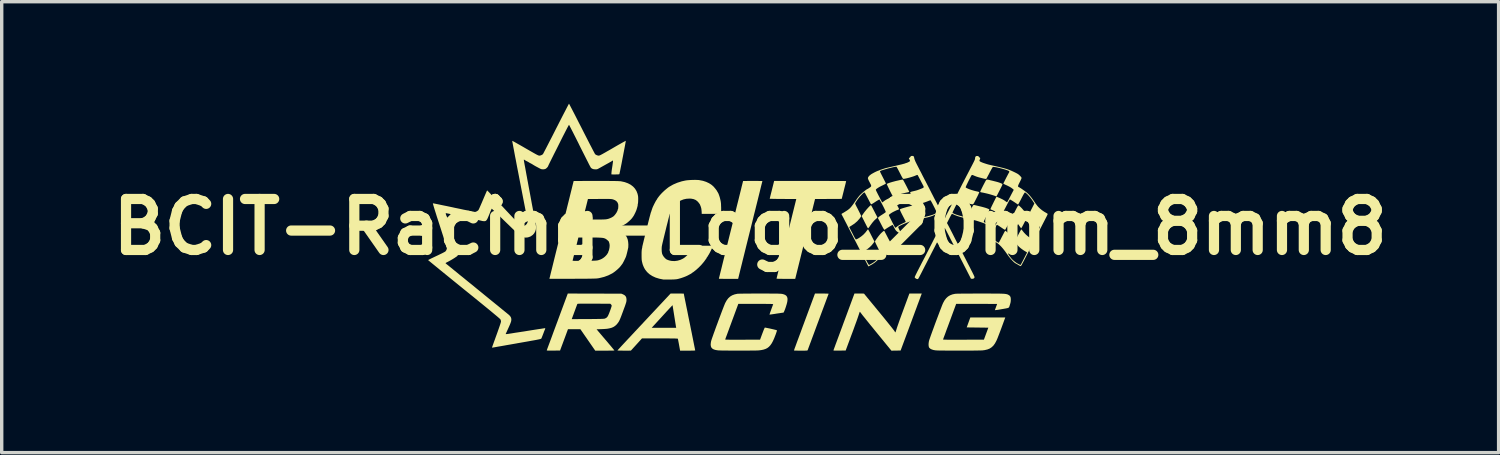
<source format=kicad_pcb>
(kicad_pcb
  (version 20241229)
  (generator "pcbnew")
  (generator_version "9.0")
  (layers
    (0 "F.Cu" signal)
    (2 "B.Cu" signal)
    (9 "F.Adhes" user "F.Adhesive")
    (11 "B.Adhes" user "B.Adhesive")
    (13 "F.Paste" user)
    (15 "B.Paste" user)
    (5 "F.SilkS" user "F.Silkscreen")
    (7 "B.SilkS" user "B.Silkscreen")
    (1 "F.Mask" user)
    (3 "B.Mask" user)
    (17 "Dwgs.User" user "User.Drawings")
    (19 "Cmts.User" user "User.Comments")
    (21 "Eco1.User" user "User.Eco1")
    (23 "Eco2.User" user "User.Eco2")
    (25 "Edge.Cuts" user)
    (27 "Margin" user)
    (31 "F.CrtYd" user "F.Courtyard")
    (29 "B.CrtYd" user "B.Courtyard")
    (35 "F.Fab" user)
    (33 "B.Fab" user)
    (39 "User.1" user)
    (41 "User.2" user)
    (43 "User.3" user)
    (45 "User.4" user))
  (footprint "BCIT-Racing-Logo_20mm_8mm8"
    (layer "F.Cu")
    (at 19.014 3.624)
    (property "Reference" "BCIT-Racing-Logo_20mm_8mm8" (at 0 0 0) (layer "F.SilkS") (effects (font (size 1.5 1.5) (thickness 0.3))))
    (attr board_only exclude_from_pos_files exclude_from_bom)
    (fp_poly (pts (xy 3.559 -0.633) (xy 3.57 -0.616) (xy 3.584 -0.59) (xy 3.592 -0.574) (xy 3.63 -0.501) (xy 3.661 -0.442) (xy 3.685 -0.394) (xy 3.705 -0.357) (xy 3.72 -0.328) (xy 3.73 -0.308) (xy 3.738 -0.295) (xy 3.742 -0.287) (xy 3.744 -0.284) (xy 3.742 -0.275) (xy 3.728 -0.259) (xy 3.705 -0.239) (xy 3.7 -0.235) (xy 3.646 -0.184) (xy 3.59 -0.118) (xy 3.53 -0.036) (xy 3.521 -0.022) (xy 3.502 0.005) (xy 3.486 0.026) (xy 3.475 0.038) (xy 3.473 0.04) (xy 3.462 0.034) (xy 3.458 0.03) (xy 3.452 0.02) (xy 3.44 -0.002) (xy 3.424 -0.033) (xy 3.405 -0.071) (xy 3.386 -0.108) (xy 3.363 -0.153) (xy 3.342 -0.196) (xy 3.322 -0.234) (xy 3.307 -0.263) (xy 3.3 -0.277) (xy 3.279 -0.318) (xy 3.345 -0.413) (xy 3.369 -0.445) (xy 3.397 -0.479) (xy 3.427 -0.516) (xy 3.459 -0.551) (xy 3.488 -0.583) (xy 3.515 -0.61) (xy 3.536 -0.629) (xy 3.55 -0.639) (xy 3.553 -0.64)) (stroke (width 0) (type solid)) (fill yes) (layer "F.SilkS"))
    (fp_poly (pts (xy 7.898 -0.631) (xy 7.921 -0.615) (xy 7.95 -0.589) (xy 7.983 -0.556) (xy 8.017 -0.518) (xy 8.049 -0.479) (xy 8.077 -0.442) (xy 8.085 -0.431) (xy 8.106 -0.399) (xy 8.124 -0.373) (xy 8.138 -0.355) (xy 8.144 -0.348) (xy 8.149 -0.337) (xy 8.152 -0.317) (xy 8.151 -0.296) (xy 8.147 -0.279) (xy 8.145 -0.276) (xy 8.14 -0.266) (xy 8.128 -0.245) (xy 8.111 -0.214) (xy 8.091 -0.175) (xy 8.068 -0.131) (xy 8.06 -0.114) (xy 8.036 -0.069) (xy 8.015 -0.029) (xy 7.996 0.004) (xy 7.982 0.027) (xy 7.974 0.039) (xy 7.973 0.04) (xy 7.965 0.033) (xy 7.951 0.016) (xy 7.933 -0.009) (xy 7.916 -0.034) (xy 7.886 -0.075) (xy 7.849 -0.122) (xy 7.807 -0.169) (xy 7.786 -0.191) (xy 7.757 -0.221) (xy 7.732 -0.247) (xy 7.714 -0.267) (xy 7.705 -0.28) (xy 7.704 -0.282) (xy 7.708 -0.291) (xy 7.717 -0.312) (xy 7.733 -0.343) (xy 7.752 -0.383) (xy 7.775 -0.428) (xy 7.793 -0.464) (xy 7.821 -0.519) (xy 7.843 -0.561) (xy 7.86 -0.591) (xy 7.872 -0.612) (xy 7.882 -0.625) (xy 7.889 -0.631) (xy 7.894 -0.632)) (stroke (width 0) (type solid)) (fill yes) (layer "F.SilkS"))
    (fp_poly (pts (xy 4.489 -1.39) (xy 4.495 -1.388) (xy 4.502 -1.377) (xy 4.515 -1.354) (xy 4.532 -1.323) (xy 4.552 -1.286) (xy 4.574 -1.244) (xy 4.597 -1.2) (xy 4.619 -1.157) (xy 4.639 -1.116) (xy 4.657 -1.081) (xy 4.67 -1.053) (xy 4.678 -1.035) (xy 4.679 -1.029) (xy 4.67 -1.026) (xy 4.649 -1.02) (xy 4.619 -1.013) (xy 4.592 -1.008) (xy 4.547 -0.998) (xy 4.497 -0.986) (xy 4.452 -0.975) (xy 4.437 -0.971) (xy 4.402 -0.961) (xy 4.37 -0.953) (xy 4.346 -0.946) (xy 4.34 -0.945) (xy 4.319 -0.938) (xy 4.289 -0.928) (xy 4.256 -0.916) (xy 4.227 -0.905) (xy 4.215 -0.901) (xy 4.2 -0.901) (xy 4.194 -0.906) (xy 4.186 -0.918) (xy 4.173 -0.942) (xy 4.156 -0.975) (xy 4.136 -1.014) (xy 4.115 -1.056) (xy 4.093 -1.1) (xy 4.072 -1.144) (xy 4.053 -1.183) (xy 4.037 -1.218) (xy 4.026 -1.244) (xy 4.02 -1.259) (xy 4.019 -1.263) (xy 4.03 -1.27) (xy 4.055 -1.281) (xy 4.09 -1.294) (xy 4.133 -1.308) (xy 4.183 -1.323) (xy 4.236 -1.337) (xy 4.272 -1.347) (xy 4.338 -1.362) (xy 4.39 -1.374) (xy 4.429 -1.383) (xy 4.458 -1.388) (xy 4.477 -1.391)) (stroke (width 0) (type solid)) (fill yes) (layer "F.SilkS"))
    (fp_poly (pts (xy 6.987 -1.391) (xy 7.015 -1.385) (xy 7.039 -1.379) (xy 7.07 -1.371) (xy 7.096 -1.365) (xy 7.14 -1.355) (xy 7.186 -1.343) (xy 7.231 -1.332) (xy 7.267 -1.322) (xy 7.276 -1.32) (xy 7.311 -1.309) (xy 7.346 -1.297) (xy 7.378 -1.284) (xy 7.403 -1.272) (xy 7.418 -1.263) (xy 7.419 -1.262) (xy 7.42 -1.252) (xy 7.414 -1.232) (xy 7.401 -1.202) (xy 7.381 -1.16) (xy 7.364 -1.127) (xy 7.331 -1.062) (xy 7.304 -1.01) (xy 7.284 -0.97) (xy 7.268 -0.94) (xy 7.256 -0.919) (xy 7.248 -0.906) (xy 7.243 -0.899) (xy 7.241 -0.896) (xy 7.241 -0.896) (xy 7.231 -0.899) (xy 7.213 -0.907) (xy 7.208 -0.909) (xy 7.176 -0.921) (xy 7.132 -0.935) (xy 7.079 -0.951) (xy 7.022 -0.967) (xy 6.963 -0.982) (xy 6.907 -0.995) (xy 6.856 -1.006) (xy 6.84 -1.009) (xy 6.806 -1.015) (xy 6.785 -1.019) (xy 6.774 -1.024) (xy 6.769 -1.028) (xy 6.768 -1.035) (xy 6.768 -1.037) (xy 6.772 -1.047) (xy 6.781 -1.068) (xy 6.796 -1.099) (xy 6.814 -1.137) (xy 6.835 -1.179) (xy 6.857 -1.223) (xy 6.88 -1.266) (xy 6.901 -1.307) (xy 6.919 -1.341) (xy 6.933 -1.366) (xy 6.946 -1.383) (xy 6.963 -1.391)) (stroke (width 0) (type solid)) (fill yes) (layer "F.SilkS"))
    (fp_poly (pts (xy 2.165 1.96) (xy 2.214 1.961) (xy 2.255 1.962) (xy 2.285 1.963) (xy 2.304 1.965) (xy 2.309 1.966) (xy 2.306 1.975) (xy 2.297 1.997) (xy 2.284 2.032) (xy 2.266 2.079) (xy 2.244 2.138) (xy 2.219 2.207) (xy 2.19 2.284) (xy 2.158 2.37) (xy 2.123 2.464) (xy 2.086 2.563) (xy 2.047 2.668) (xy 2.007 2.777) (xy 2.001 2.792) (xy 1.96 2.902) (xy 1.921 3.008) (xy 1.884 3.109) (xy 1.849 3.203) (xy 1.816 3.291) (xy 1.787 3.371) (xy 1.76 3.441) (xy 1.738 3.502) (xy 1.719 3.552) (xy 1.705 3.59) (xy 1.696 3.615) (xy 1.692 3.626) (xy 1.692 3.626) (xy 1.689 3.63) (xy 1.683 3.634) (xy 1.672 3.636) (xy 1.654 3.638) (xy 1.628 3.639) (xy 1.591 3.64) (xy 1.541 3.64) (xy 1.487 3.64) (xy 1.433 3.64) (xy 1.384 3.639) (xy 1.343 3.638) (xy 1.312 3.637) (xy 1.293 3.636) (xy 1.288 3.635) (xy 1.291 3.627) (xy 1.299 3.605) (xy 1.311 3.569) (xy 1.329 3.522) (xy 1.35 3.464) (xy 1.375 3.395) (xy 1.404 3.317) (xy 1.436 3.231) (xy 1.471 3.137) (xy 1.507 3.038) (xy 1.546 2.932) (xy 1.587 2.823) (xy 1.597 2.795) (xy 1.907 1.96) (xy 2.11 1.96)) (stroke (width 0) (type solid)) (fill yes) (layer "F.SilkS"))
    (fp_poly (pts (xy 1.894 -1.352) (xy 2.018 -1.352) (xy 2.137 -1.352) (xy 2.249 -1.352) (xy 2.355 -1.351) (xy 2.452 -1.351) (xy 2.54 -1.351) (xy 2.617 -1.35) (xy 2.684 -1.35) (xy 2.739 -1.35) (xy 2.781 -1.349) (xy 2.809 -1.349) (xy 2.823 -1.348) (xy 2.824 -1.348) (xy 2.822 -1.339) (xy 2.817 -1.317) (xy 2.809 -1.283) (xy 2.798 -1.239) (xy 2.785 -1.187) (xy 2.77 -1.129) (xy 2.759 -1.084) (xy 2.694 -0.824) (xy 2.302 -0.822) (xy 1.909 -0.82) (xy 1.839 -0.54) (xy 1.828 -0.494) (xy 1.813 -0.434) (xy 1.795 -0.361) (xy 1.774 -0.277) (xy 1.751 -0.183) (xy 1.725 -0.081) (xy 1.698 0.028) (xy 1.67 0.143) (xy 1.64 0.262) (xy 1.61 0.384) (xy 1.579 0.508) (xy 1.548 0.631) (xy 1.548 0.634) (xy 1.326 1.528) (xy 1.051 1.528) (xy 0.986 1.528) (xy 0.927 1.527) (xy 0.875 1.527) (xy 0.833 1.526) (xy 0.801 1.524) (xy 0.781 1.523) (xy 0.776 1.522) (xy 0.778 1.514) (xy 0.784 1.491) (xy 0.793 1.454) (xy 0.805 1.404) (xy 0.82 1.342) (xy 0.839 1.269) (xy 0.859 1.186) (xy 0.882 1.092) (xy 0.907 0.991) (xy 0.935 0.881) (xy 0.964 0.764) (xy 0.994 0.641) (xy 1.026 0.513) (xy 1.059 0.381) (xy 1.067 0.348) (xy 1.357 -0.82) (xy 0.967 -0.822) (xy 0.889 -0.823) (xy 0.817 -0.823) (xy 0.751 -0.824) (xy 0.694 -0.825) (xy 0.646 -0.826) (xy 0.61 -0.826) (xy 0.586 -0.827) (xy 0.576 -0.828) (xy 0.576 -0.828) (xy 0.578 -0.837) (xy 0.583 -0.859) (xy 0.591 -0.893) (xy 0.602 -0.937) (xy 0.615 -0.989) (xy 0.63 -1.047) (xy 0.641 -1.092) (xy 0.706 -1.352) (xy 1.765 -1.352)) (stroke (width 0) (type solid)) (fill yes) (layer "F.SilkS"))
    (fp_poly (pts (xy 0.142 -1.352) (xy 0.202 -1.352) (xy 0.255 -1.351) (xy 0.299 -1.351) (xy 0.333 -1.35) (xy 0.353 -1.35) (xy 0.36 -1.349) (xy 0.358 -1.341) (xy 0.353 -1.318) (xy 0.344 -1.282) (xy 0.331 -1.232) (xy 0.316 -1.171) (xy 0.298 -1.098) (xy 0.278 -1.016) (xy 0.255 -0.923) (xy 0.23 -0.822) (xy 0.203 -0.713) (xy 0.174 -0.598) (xy 0.144 -0.476) (xy 0.112 -0.35) (xy 0.081 -0.223) (xy 0.047 -0.086) (xy 0.013 0.051) (xy -0.021 0.187) (xy -0.054 0.319) (xy -0.086 0.448) (xy -0.117 0.572) (xy -0.146 0.689) (xy -0.173 0.799) (xy -0.198 0.9) (xy -0.221 0.991) (xy -0.24 1.071) (xy -0.257 1.138) (xy -0.27 1.191) (xy -0.276 1.214) (xy -0.353 1.528) (xy -0.637 1.528) (xy -0.702 1.528) (xy -0.762 1.528) (xy -0.815 1.527) (xy -0.859 1.527) (xy -0.893 1.526) (xy -0.914 1.525) (xy -0.92 1.525) (xy -0.918 1.517) (xy -0.913 1.494) (xy -0.903 1.457) (xy -0.891 1.407) (xy -0.876 1.345) (xy -0.857 1.271) (xy -0.836 1.186) (xy -0.813 1.091) (xy -0.787 0.986) (xy -0.759 0.873) (xy -0.729 0.752) (xy -0.697 0.624) (xy -0.664 0.489) (xy -0.629 0.349) (xy -0.593 0.204) (xy -0.564 0.088) (xy -0.527 -0.06) (xy -0.492 -0.204) (xy -0.457 -0.343) (xy -0.424 -0.476) (xy -0.393 -0.603) (xy -0.363 -0.722) (xy -0.335 -0.834) (xy -0.31 -0.936) (xy -0.287 -1.029) (xy -0.266 -1.112) (xy -0.249 -1.184) (xy -0.234 -1.243) (xy -0.222 -1.291) (xy -0.214 -1.324) (xy -0.209 -1.344) (xy -0.208 -1.349) (xy -0.2 -1.35) (xy -0.178 -1.35) (xy -0.144 -1.351) (xy -0.099 -1.351) (xy -0.045 -1.352) (xy 0.015 -1.352) (xy 0.076 -1.352)) (stroke (width 0) (type solid)) (fill yes) (layer "F.SilkS"))
    (fp_poly (pts (xy 5.026 2.018) (xy 5.02 2.033) (xy 5.01 2.063) (xy 4.994 2.105) (xy 4.974 2.159) (xy 4.95 2.224) (xy 4.922 2.298) (xy 4.892 2.381) (xy 4.858 2.471) (xy 4.823 2.567) (xy 4.785 2.669) (xy 4.746 2.775) (xy 4.716 2.856) (xy 4.426 3.636) (xy 4.291 3.638) (xy 4.155 3.64) (xy 3.724 3.113) (xy 3.658 3.032) (xy 3.595 2.954) (xy 3.534 2.88) (xy 3.478 2.81) (xy 3.426 2.746) (xy 3.38 2.688) (xy 3.34 2.639) (xy 3.307 2.598) (xy 3.283 2.566) (xy 3.267 2.546) (xy 3.262 2.539) (xy 3.246 2.517) (xy 3.233 2.501) (xy 3.226 2.496) (xy 3.225 2.496) (xy 3.221 2.505) (xy 3.213 2.526) (xy 3.203 2.557) (xy 3.191 2.594) (xy 3.186 2.608) (xy 3.177 2.635) (xy 3.163 2.676) (xy 3.145 2.728) (xy 3.123 2.79) (xy 3.097 2.86) (xy 3.069 2.937) (xy 3.04 3.018) (xy 3.009 3.102) (xy 2.981 3.176) (xy 2.81 3.636) (xy 2.628 3.638) (xy 2.568 3.639) (xy 2.522 3.639) (xy 2.488 3.638) (xy 2.466 3.637) (xy 2.454 3.634) (xy 2.45 3.631) (xy 2.45 3.63) (xy 2.453 3.621) (xy 2.462 3.599) (xy 2.475 3.563) (xy 2.493 3.515) (xy 2.514 3.456) (xy 2.54 3.387) (xy 2.569 3.308) (xy 2.601 3.222) (xy 2.636 3.128) (xy 2.673 3.028) (xy 2.712 2.923) (xy 2.752 2.813) (xy 2.761 2.79) (xy 3.068 1.96) (xy 3.208 1.96) (xy 3.348 1.961) (xy 3.776 2.481) (xy 3.842 2.561) (xy 3.906 2.639) (xy 3.966 2.713) (xy 4.023 2.783) (xy 4.074 2.847) (xy 4.12 2.904) (xy 4.16 2.954) (xy 4.192 2.995) (xy 4.216 3.026) (xy 4.232 3.046) (xy 4.236 3.052) (xy 4.252 3.077) (xy 4.264 3.095) (xy 4.272 3.103) (xy 4.272 3.104) (xy 4.276 3.096) (xy 4.283 3.077) (xy 4.293 3.047) (xy 4.305 3.01) (xy 4.311 2.99) (xy 4.32 2.961) (xy 4.334 2.92) (xy 4.353 2.866) (xy 4.375 2.803) (xy 4.4 2.732) (xy 4.428 2.655) (xy 4.458 2.573) (xy 4.489 2.489) (xy 4.515 2.418) (xy 4.684 1.96) (xy 4.866 1.96) (xy 5.048 1.96)) (stroke (width 0) (type solid)) (fill yes) (layer "F.SilkS"))
    (fp_poly (pts (xy -2.092 1.96) (xy -2.044 1.96) (xy -2.004 1.961) (xy -1.974 1.962) (xy -1.956 1.962) (xy -1.952 1.963) (xy -1.95 1.971) (xy -1.946 1.994) (xy -1.939 2.03) (xy -1.929 2.079) (xy -1.917 2.14) (xy -1.902 2.211) (xy -1.886 2.292) (xy -1.868 2.381) (xy -1.848 2.477) (xy -1.828 2.58) (xy -1.806 2.689) (xy -1.784 2.796) (xy -1.761 2.908) (xy -1.739 3.017) (xy -1.718 3.12) (xy -1.699 3.216) (xy -1.681 3.305) (xy -1.665 3.386) (xy -1.651 3.457) (xy -1.639 3.517) (xy -1.629 3.566) (xy -1.622 3.602) (xy -1.617 3.625) (xy -1.616 3.633) (xy -1.624 3.635) (xy -1.646 3.637) (xy -1.681 3.638) (xy -1.727 3.639) (xy -1.784 3.64) (xy -1.838 3.64) (xy -2.06 3.64) (xy -2.091 3.47) (xy -2.1 3.419) (xy -2.109 3.374) (xy -2.116 3.336) (xy -2.122 3.308) (xy -2.125 3.292) (xy -2.126 3.29) (xy -2.13 3.288) (xy -2.141 3.286) (xy -2.159 3.285) (xy -2.187 3.283) (xy -2.224 3.282) (xy -2.271 3.282) (xy -2.33 3.281) (xy -2.402 3.28) (xy -2.488 3.28) (xy -2.587 3.28) (xy -2.656 3.28) (xy -3.182 3.28) (xy -3.345 3.46) (xy -3.508 3.639) (xy -3.707 3.64) (xy -3.766 3.639) (xy -3.816 3.639) (xy -3.856 3.638) (xy -3.885 3.636) (xy -3.901 3.634) (xy -3.903 3.633) (xy -3.897 3.626) (xy -3.881 3.609) (xy -3.855 3.581) (xy -3.82 3.543) (xy -3.777 3.496) (xy -3.726 3.441) (xy -3.668 3.379) (xy -3.603 3.309) (xy -3.531 3.233) (xy -3.455 3.151) (xy -3.374 3.064) (xy -3.288 2.973) (xy -3.284 2.968) (xy -2.896 2.968) (xy -2.536 2.968) (xy -2.175 2.968) (xy -2.179 2.946) (xy -2.182 2.933) (xy -2.186 2.907) (xy -2.192 2.868) (xy -2.2 2.819) (xy -2.209 2.762) (xy -2.219 2.698) (xy -2.23 2.63) (xy -2.232 2.616) (xy -2.243 2.548) (xy -2.253 2.485) (xy -2.262 2.428) (xy -2.27 2.38) (xy -2.276 2.342) (xy -2.28 2.316) (xy -2.282 2.304) (xy -2.282 2.304) (xy -2.288 2.308) (xy -2.303 2.324) (xy -2.327 2.35) (xy -2.36 2.384) (xy -2.399 2.426) (xy -2.444 2.474) (xy -2.493 2.528) (xy -2.547 2.587) (xy -2.59 2.634) (xy -2.896 2.968) (xy -3.284 2.968) (xy -3.199 2.878) (xy -3.12 2.793) (xy -2.34 1.96) (xy -2.146 1.96)) (stroke (width 0) (type solid)) (fill yes) (layer "F.SilkS"))
    (fp_poly (pts (xy -4.576 1.962) (xy -3.788 1.964) (xy -3.743 1.982) (xy -3.697 2.006) (xy -3.665 2.036) (xy -3.645 2.075) (xy -3.637 2.123) (xy -3.637 2.14) (xy -3.637 2.158) (xy -3.638 2.174) (xy -3.64 2.191) (xy -3.644 2.21) (xy -3.65 2.232) (xy -3.659 2.26) (xy -3.671 2.296) (xy -3.686 2.34) (xy -3.707 2.395) (xy -3.732 2.463) (xy -3.743 2.494) (xy -3.77 2.566) (xy -3.792 2.625) (xy -3.811 2.673) (xy -3.827 2.712) (xy -3.841 2.743) (xy -3.853 2.768) (xy -3.866 2.79) (xy -3.879 2.81) (xy -3.894 2.83) (xy -3.895 2.832) (xy -3.933 2.877) (xy -3.974 2.913) (xy -4.02 2.943) (xy -4.072 2.966) (xy -4.134 2.983) (xy -4.206 2.996) (xy -4.291 3.003) (xy -4.356 3.006) (xy -4.517 3.012) (xy -4.255 3.32) (xy -4.203 3.38) (xy -4.156 3.437) (xy -4.112 3.488) (xy -4.074 3.534) (xy -4.042 3.573) (xy -4.017 3.603) (xy -4 3.623) (xy -3.992 3.633) (xy -3.992 3.634) (xy -4 3.635) (xy -4.022 3.637) (xy -4.056 3.638) (xy -4.101 3.639) (xy -4.154 3.639) (xy -4.215 3.64) (xy -4.274 3.64) (xy -4.556 3.64) (xy -4.775 3.324) (xy -4.994 3.008) (xy -5.176 3.008) (xy -5.358 3.008) (xy -5.416 3.166) (xy -5.439 3.228) (xy -5.465 3.298) (xy -5.492 3.37) (xy -5.517 3.438) (xy -5.533 3.48) (xy -5.591 3.636) (xy -5.788 3.638) (xy -5.852 3.639) (xy -5.901 3.639) (xy -5.937 3.638) (xy -5.961 3.637) (xy -5.976 3.635) (xy -5.982 3.632) (xy -5.982 3.63) (xy -5.979 3.621) (xy -5.971 3.599) (xy -5.958 3.563) (xy -5.94 3.515) (xy -5.918 3.456) (xy -5.892 3.387) (xy -5.863 3.308) (xy -5.831 3.222) (xy -5.797 3.128) (xy -5.76 3.028) (xy -5.721 2.923) (xy -5.68 2.813) (xy -5.671 2.79) (xy -5.643 2.713) (xy -5.248 2.713) (xy -4.774 2.71) (xy -4.671 2.71) (xy -4.582 2.709) (xy -4.508 2.708) (xy -4.445 2.707) (xy -4.395 2.706) (xy -4.355 2.705) (xy -4.324 2.703) (xy -4.3 2.701) (xy -4.284 2.699) (xy -4.274 2.697) (xy -4.272 2.696) (xy -4.23 2.675) (xy -4.2 2.645) (xy -4.182 2.617) (xy -4.171 2.594) (xy -4.157 2.562) (xy -4.141 2.523) (xy -4.125 2.48) (xy -4.109 2.437) (xy -4.095 2.396) (xy -4.083 2.36) (xy -4.075 2.333) (xy -4.072 2.318) (xy -4.072 2.318) (xy -4.078 2.299) (xy -4.091 2.281) (xy -4.093 2.279) (xy -4.113 2.26) (xy -4.596 2.258) (xy -4.696 2.257) (xy -4.781 2.257) (xy -4.853 2.257) (xy -4.912 2.257) (xy -4.96 2.257) (xy -4.998 2.258) (xy -5.027 2.259) (xy -5.049 2.26) (xy -5.064 2.261) (xy -5.074 2.263) (xy -5.08 2.265) (xy -5.083 2.268) (xy -5.084 2.27) (xy -5.089 2.283) (xy -5.099 2.309) (xy -5.112 2.345) (xy -5.128 2.387) (xy -5.145 2.434) (xy -5.163 2.483) (xy -5.181 2.531) (xy -5.197 2.576) (xy -5.212 2.614) (xy -5.22 2.638) (xy -5.248 2.713) (xy -5.643 2.713) (xy -5.364 1.96)) (stroke (width 0) (type solid)) (fill yes) (layer "F.SilkS"))
    (fp_poly (pts (xy 0.398 1.96) (xy 0.501 1.96) (xy 0.59 1.961) (xy 0.666 1.961) (xy 0.73 1.962) (xy 0.784 1.962) (xy 0.829 1.963) (xy 0.865 1.965) (xy 0.893 1.966) (xy 0.916 1.968) (xy 0.933 1.97) (xy 0.946 1.972) (xy 0.947 1.972) (xy 0.997 1.986) (xy 1.036 2.004) (xy 1.066 2.028) (xy 1.087 2.06) (xy 1.098 2.099) (xy 1.099 2.147) (xy 1.092 2.205) (xy 1.075 2.273) (xy 1.05 2.354) (xy 1.028 2.418) (xy 1.013 2.455) (xy 1 2.487) (xy 0.989 2.509) (xy 0.982 2.52) (xy 0.981 2.52) (xy 0.971 2.522) (xy 0.947 2.525) (xy 0.912 2.53) (xy 0.868 2.537) (xy 0.817 2.544) (xy 0.772 2.551) (xy 0.717 2.56) (xy 0.668 2.567) (xy 0.627 2.573) (xy 0.595 2.577) (xy 0.575 2.579) (xy 0.569 2.579) (xy 0.571 2.571) (xy 0.578 2.55) (xy 0.589 2.516) (xy 0.605 2.472) (xy 0.624 2.419) (xy 0.646 2.359) (xy 0.671 2.292) (xy 0.678 2.274) (xy 0.676 2.272) (xy 0.667 2.27) (xy 0.65 2.269) (xy 0.625 2.267) (xy 0.59 2.266) (xy 0.545 2.266) (xy 0.488 2.265) (xy 0.419 2.264) (xy 0.337 2.264) (xy 0.239 2.264) (xy 0.167 2.264) (xy -0.348 2.264) (xy -0.539 2.782) (xy -0.571 2.869) (xy -0.602 2.952) (xy -0.63 3.029) (xy -0.656 3.099) (xy -0.679 3.162) (xy -0.699 3.215) (xy -0.715 3.257) (xy -0.726 3.288) (xy -0.733 3.306) (xy -0.734 3.31) (xy -0.732 3.312) (xy -0.723 3.314) (xy -0.707 3.315) (xy -0.683 3.317) (xy -0.649 3.317) (xy -0.604 3.318) (xy -0.549 3.318) (xy -0.48 3.319) (xy -0.399 3.319) (xy -0.303 3.318) (xy -0.223 3.318) (xy 0.292 3.316) (xy 0.357 3.14) (xy 0.376 3.091) (xy 0.393 3.046) (xy 0.408 3.009) (xy 0.421 2.981) (xy 0.429 2.965) (xy 0.431 2.962) (xy 0.442 2.962) (xy 0.465 2.966) (xy 0.499 2.973) (xy 0.539 2.981) (xy 0.584 2.99) (xy 0.63 3.001) (xy 0.675 3.011) (xy 0.716 3.021) (xy 0.75 3.029) (xy 0.775 3.036) (xy 0.787 3.04) (xy 0.787 3.041) (xy 0.787 3.05) (xy 0.782 3.073) (xy 0.771 3.106) (xy 0.757 3.148) (xy 0.744 3.182) (xy 0.707 3.277) (xy 0.67 3.359) (xy 0.633 3.427) (xy 0.594 3.482) (xy 0.552 3.527) (xy 0.506 3.563) (xy 0.454 3.589) (xy 0.394 3.609) (xy 0.327 3.623) (xy 0.256 3.632) (xy 0.232 3.633) (xy 0.194 3.635) (xy 0.144 3.636) (xy 0.083 3.637) (xy 0.013 3.637) (xy -0.064 3.638) (xy -0.147 3.638) (xy -0.234 3.639) (xy -0.323 3.639) (xy -0.412 3.639) (xy -0.5 3.638) (xy -0.585 3.638) (xy -0.666 3.637) (xy -0.739 3.637) (xy -0.805 3.636) (xy -0.861 3.635) (xy -0.905 3.633) (xy -0.936 3.632) (xy -0.947 3.631) (xy -1.016 3.62) (xy -1.071 3.603) (xy -1.112 3.579) (xy -1.141 3.547) (xy -1.156 3.506) (xy -1.161 3.455) (xy -1.154 3.392) (xy -1.147 3.358) (xy -1.141 3.338) (xy -1.131 3.305) (xy -1.116 3.261) (xy -1.096 3.206) (xy -1.074 3.142) (xy -1.048 3.072) (xy -1.021 2.996) (xy -0.992 2.916) (xy -0.961 2.834) (xy -0.931 2.751) (xy -0.9 2.669) (xy -0.87 2.589) (xy -0.842 2.514) (xy -0.815 2.443) (xy -0.791 2.381) (xy -0.77 2.327) (xy -0.752 2.283) (xy -0.739 2.251) (xy -0.732 2.236) (xy -0.689 2.159) (xy -0.642 2.097) (xy -0.589 2.049) (xy -0.528 2.012) (xy -0.457 1.985) (xy -0.38 1.968) (xy -0.364 1.966) (xy -0.332 1.965) (xy -0.287 1.964) (xy -0.229 1.963) (xy -0.16 1.962) (xy -0.08 1.961) (xy 0.008 1.961) (xy 0.105 1.96) (xy 0.209 1.96) (xy 0.28 1.96)) (stroke (width 0) (type solid)) (fill yes) (layer "F.SilkS"))
    (fp_poly (pts (xy 6.895 1.96) (xy 7.008 1.96) (xy 7.106 1.961) (xy 7.192 1.961) (xy 7.266 1.962) (xy 7.329 1.962) (xy 7.382 1.964) (xy 7.426 1.965) (xy 7.463 1.967) (xy 7.494 1.97) (xy 7.518 1.973) (xy 7.539 1.977) (xy 7.555 1.981) (xy 7.57 1.986) (xy 7.583 1.991) (xy 7.595 1.998) (xy 7.602 2.002) (xy 7.632 2.022) (xy 7.651 2.047) (xy 7.663 2.08) (xy 7.667 2.123) (xy 7.667 2.144) (xy 7.665 2.183) (xy 7.66 2.22) (xy 7.65 2.259) (xy 7.639 2.296) (xy 7.631 2.321) (xy 7.625 2.34) (xy 7.619 2.356) (xy 7.611 2.368) (xy 7.599 2.377) (xy 7.582 2.385) (xy 7.557 2.391) (xy 7.523 2.398) (xy 7.478 2.406) (xy 7.421 2.416) (xy 7.378 2.423) (xy 7.327 2.432) (xy 7.282 2.439) (xy 7.244 2.444) (xy 7.217 2.447) (xy 7.202 2.448) (xy 7.2 2.447) (xy 7.203 2.437) (xy 7.21 2.416) (xy 7.221 2.386) (xy 7.232 2.355) (xy 7.245 2.321) (xy 7.255 2.293) (xy 7.262 2.274) (xy 7.264 2.267) (xy 7.256 2.266) (xy 7.234 2.266) (xy 7.198 2.266) (xy 7.149 2.265) (xy 7.09 2.265) (xy 7.02 2.265) (xy 6.943 2.264) (xy 6.857 2.264) (xy 6.766 2.264) (xy 6.67 2.264) (xy 6.662 2.264) (xy 6.06 2.264) (xy 5.869 2.782) (xy 5.837 2.869) (xy 5.806 2.952) (xy 5.777 3.029) (xy 5.752 3.099) (xy 5.729 3.162) (xy 5.709 3.215) (xy 5.693 3.257) (xy 5.682 3.288) (xy 5.675 3.306) (xy 5.674 3.31) (xy 5.676 3.312) (xy 5.685 3.314) (xy 5.7 3.315) (xy 5.725 3.316) (xy 5.758 3.317) (xy 5.801 3.318) (xy 5.855 3.318) (xy 5.921 3.319) (xy 6 3.319) (xy 6.092 3.319) (xy 6.199 3.318) (xy 6.273 3.318) (xy 6.876 3.316) (xy 6.941 3.14) (xy 7.006 2.964) (xy 6.688 2.96) (xy 6.37 2.956) (xy 6.423 2.81) (xy 6.476 2.664) (xy 6.99 2.664) (xy 7.504 2.664) (xy 7.477 2.738) (xy 7.432 2.861) (xy 7.392 2.97) (xy 7.357 3.064) (xy 7.326 3.145) (xy 7.3 3.212) (xy 7.279 3.267) (xy 7.261 3.31) (xy 7.247 3.341) (xy 7.244 3.348) (xy 7.202 3.426) (xy 7.157 3.489) (xy 7.106 3.538) (xy 7.048 3.577) (xy 6.981 3.604) (xy 6.902 3.623) (xy 6.834 3.632) (xy 6.812 3.633) (xy 6.775 3.634) (xy 6.726 3.635) (xy 6.665 3.636) (xy 6.595 3.637) (xy 6.516 3.638) (xy 6.432 3.638) (xy 6.342 3.639) (xy 6.249 3.639) (xy 6.154 3.639) (xy 6.06 3.639) (xy 5.967 3.639) (xy 5.876 3.638) (xy 5.791 3.638) (xy 5.712 3.637) (xy 5.64 3.636) (xy 5.579 3.636) (xy 5.528 3.635) (xy 5.489 3.633) (xy 5.465 3.632) (xy 5.463 3.632) (xy 5.398 3.622) (xy 5.343 3.605) (xy 5.3 3.583) (xy 5.27 3.556) (xy 5.261 3.541) (xy 5.252 3.51) (xy 5.248 3.468) (xy 5.25 3.421) (xy 5.257 3.372) (xy 5.261 3.353) (xy 5.267 3.333) (xy 5.278 3.299) (xy 5.294 3.254) (xy 5.313 3.199) (xy 5.336 3.135) (xy 5.362 3.064) (xy 5.39 2.988) (xy 5.419 2.908) (xy 5.449 2.826) (xy 5.48 2.743) (xy 5.511 2.661) (xy 5.541 2.582) (xy 5.569 2.507) (xy 5.596 2.437) (xy 5.62 2.375) (xy 5.64 2.322) (xy 5.657 2.28) (xy 5.67 2.25) (xy 5.676 2.236) (xy 5.719 2.159) (xy 5.766 2.098) (xy 5.819 2.049) (xy 5.88 2.012) (xy 5.95 1.985) (xy 6.028 1.968) (xy 6.044 1.967) (xy 6.075 1.965) (xy 6.121 1.964) (xy 6.179 1.963) (xy 6.249 1.962) (xy 6.33 1.962) (xy 6.422 1.961) (xy 6.522 1.961) (xy 6.631 1.96) (xy 6.747 1.96) (xy 6.768 1.96)) (stroke (width 0) (type solid)) (fill yes) (layer "F.SilkS"))
    (fp_poly (pts (xy -1.56 -1.381) (xy -1.513 -1.379) (xy -1.495 -1.376) (xy -1.389 -1.356) (xy -1.294 -1.325) (xy -1.209 -1.285) (xy -1.172 -1.262) (xy -1.149 -1.247) (xy -1.131 -1.234) (xy -1.123 -1.228) (xy -1.112 -1.218) (xy -1.095 -1.202) (xy -1.086 -1.195) (xy -1.07 -1.179) (xy -1.05 -1.155) (xy -1.027 -1.128) (xy -1.005 -1.1) (xy -0.986 -1.074) (xy -0.973 -1.054) (xy -0.968 -1.042) (xy -0.968 -1.042) (xy -0.962 -1.031) (xy -0.956 -1.024) (xy -0.948 -1.014) (xy -0.948 -1.01) (xy -0.947 -1.001) (xy -0.941 -0.993) (xy -0.931 -0.981) (xy -0.929 -0.976) (xy -0.927 -0.967) (xy -0.92 -0.949) (xy -0.92 -0.948) (xy -0.913 -0.929) (xy -0.908 -0.916) (xy -0.908 -0.916) (xy -0.904 -0.902) (xy -0.902 -0.896) (xy -0.896 -0.88) (xy -0.889 -0.853) (xy -0.881 -0.821) (xy -0.874 -0.79) (xy -0.868 -0.764) (xy -0.867 -0.757) (xy -0.863 -0.732) (xy -0.859 -0.703) (xy -0.859 -0.7) (xy -0.857 -0.68) (xy -0.856 -0.65) (xy -0.855 -0.612) (xy -0.853 -0.569) (xy -0.853 -0.525) (xy -0.852 -0.482) (xy -0.852 -0.445) (xy -0.853 -0.416) (xy -0.854 -0.398) (xy -0.854 -0.394) (xy -0.859 -0.391) (xy -0.871 -0.389) (xy -0.892 -0.387) (xy -0.923 -0.386) (xy -0.966 -0.385) (xy -1.021 -0.384) (xy -1.09 -0.384) (xy -1.141 -0.384) (xy -1.424 -0.384) (xy -1.425 -0.414) (xy -1.427 -0.457) (xy -1.431 -0.499) (xy -1.436 -0.538) (xy -1.443 -0.567) (xy -1.446 -0.576) (xy -1.451 -0.592) (xy -1.452 -0.596) (xy -1.457 -0.609) (xy -1.464 -0.628) (xy -1.465 -0.628) (xy -1.472 -0.646) (xy -1.475 -0.656) (xy -1.475 -0.656) (xy -1.48 -0.664) (xy -1.492 -0.682) (xy -1.509 -0.705) (xy -1.512 -0.71) (xy -1.556 -0.758) (xy -1.606 -0.794) (xy -1.666 -0.818) (xy -1.735 -0.831) (xy -1.785 -0.833) (xy -1.878 -0.827) (xy -1.962 -0.808) (xy -2.043 -0.776) (xy -2.099 -0.744) (xy -2.132 -0.72) (xy -2.168 -0.689) (xy -2.204 -0.653) (xy -2.236 -0.619) (xy -2.256 -0.592) (xy -2.268 -0.575) (xy -2.276 -0.565) (xy -2.286 -0.551) (xy -2.3 -0.526) (xy -2.315 -0.495) (xy -2.331 -0.462) (xy -2.344 -0.432) (xy -2.354 -0.408) (xy -2.356 -0.399) (xy -2.361 -0.38) (xy -2.367 -0.369) (xy -2.367 -0.368) (xy -2.37 -0.36) (xy -2.376 -0.337) (xy -2.386 -0.303) (xy -2.397 -0.258) (xy -2.411 -0.204) (xy -2.426 -0.142) (xy -2.443 -0.075) (xy -2.461 -0.005) (xy -2.479 0.069) (xy -2.497 0.143) (xy -2.515 0.216) (xy -2.532 0.286) (xy -2.548 0.352) (xy -2.562 0.412) (xy -2.575 0.465) (xy -2.585 0.508) (xy -2.592 0.541) (xy -2.596 0.561) (xy -2.597 0.564) (xy -2.602 0.618) (xy -2.602 0.676) (xy -2.599 0.732) (xy -2.591 0.78) (xy -2.589 0.788) (xy -2.573 0.827) (xy -2.547 0.869) (xy -2.514 0.909) (xy -2.478 0.943) (xy -2.471 0.948) (xy -2.444 0.963) (xy -2.406 0.978) (xy -2.361 0.991) (xy -2.315 1) (xy -2.307 1.001) (xy -2.223 1.005) (xy -2.138 0.994) (xy -2.054 0.97) (xy -1.975 0.933) (xy -1.948 0.915) (xy -1.926 0.9) (xy -1.9 0.878) (xy -1.871 0.852) (xy -1.842 0.825) (xy -1.815 0.8) (xy -1.794 0.777) (xy -1.78 0.761) (xy -1.776 0.753) (xy -1.771 0.743) (xy -1.76 0.727) (xy -1.76 0.727) (xy -1.747 0.711) (xy -1.738 0.7) (xy -1.729 0.686) (xy -1.726 0.68) (xy -1.719 0.668) (xy -1.708 0.645) (xy -1.693 0.618) (xy -1.69 0.612) (xy -1.659 0.556) (xy -1.373 0.554) (xy -1.308 0.554) (xy -1.247 0.553) (xy -1.194 0.554) (xy -1.15 0.554) (xy -1.116 0.554) (xy -1.095 0.555) (xy -1.088 0.556) (xy -1.091 0.566) (xy -1.096 0.574) (xy -1.102 0.587) (xy -1.114 0.61) (xy -1.129 0.641) (xy -1.144 0.672) (xy -1.167 0.721) (xy -1.188 0.762) (xy -1.206 0.795) (xy -1.218 0.816) (xy -1.224 0.824) (xy -1.23 0.833) (xy -1.24 0.851) (xy -1.244 0.858) (xy -1.255 0.876) (xy -1.263 0.887) (xy -1.265 0.888) (xy -1.271 0.894) (xy -1.275 0.902) (xy -1.286 0.926) (xy -1.303 0.951) (xy -1.308 0.957) (xy -1.319 0.97) (xy -1.328 0.984) (xy -1.336 0.995) (xy -1.344 1.007) (xy -1.356 1.022) (xy -1.375 1.046) (xy -1.38 1.052) (xy -1.44 1.122) (xy -1.51 1.193) (xy -1.586 1.262) (xy -1.61 1.281) (xy -1.64 1.305) (xy -1.666 1.325) (xy -1.685 1.338) (xy -1.694 1.344) (xy -1.695 1.344) (xy -1.705 1.349) (xy -1.712 1.356) (xy -1.726 1.368) (xy -1.743 1.379) (xy -1.759 1.387) (xy -1.785 1.401) (xy -1.817 1.418) (xy -1.833 1.427) (xy -1.893 1.455) (xy -1.962 1.482) (xy -2.036 1.507) (xy -2.108 1.527) (xy -2.128 1.532) (xy -2.158 1.538) (xy -2.195 1.542) (xy -2.241 1.545) (xy -2.299 1.547) (xy -2.36 1.548) (xy -2.412 1.549) (xy -2.461 1.549) (xy -2.502 1.549) (xy -2.534 1.548) (xy -2.553 1.547) (xy -2.556 1.547) (xy -2.674 1.523) (xy -2.781 1.49) (xy -2.876 1.446) (xy -2.959 1.393) (xy -3.029 1.33) (xy -3.087 1.257) (xy -3.114 1.211) (xy -3.133 1.171) (xy -3.15 1.13) (xy -3.163 1.094) (xy -3.165 1.086) (xy -3.173 1.053) (xy -3.181 1.022) (xy -3.186 0.996) (xy -3.19 0.964) (xy -3.192 0.923) (xy -3.193 0.872) (xy -3.193 0.832) (xy -3.193 0.765) (xy -3.191 0.712) (xy -3.187 0.669) (xy -3.181 0.635) (xy -3.177 0.619) (xy -3.173 0.6) (xy -3.173 0.59) (xy -3.173 0.59) (xy -3.172 0.581) (xy -3.167 0.559) (xy -3.159 0.525) (xy -3.148 0.48) (xy -3.135 0.425) (xy -3.12 0.363) (xy -3.103 0.295) (xy -3.085 0.223) (xy -3.067 0.147) (xy -3.048 0.071) (xy -3.028 -0.006) (xy -3.01 -0.08) (xy -2.992 -0.152) (xy -2.975 -0.218) (xy -2.96 -0.278) (xy -2.946 -0.329) (xy -2.935 -0.371) (xy -2.927 -0.401) (xy -2.922 -0.419) (xy -2.921 -0.422) (xy -2.915 -0.436) (xy -2.906 -0.461) (xy -2.897 -0.491) (xy -2.895 -0.496) (xy -2.883 -0.532) (xy -2.87 -0.568) (xy -2.858 -0.596) (xy -2.838 -0.638) (xy -2.818 -0.679) (xy -2.798 -0.717) (xy -2.781 -0.749) (xy -2.768 -0.772) (xy -2.76 -0.784) (xy -2.76 -0.784) (xy -2.751 -0.795) (xy -2.74 -0.814) (xy -2.731 -0.831) (xy -2.73 -0.832) (xy -2.72 -0.849) (xy -2.716 -0.853) (xy -2.706 -0.866) (xy -2.696 -0.88) (xy -2.664 -0.921) (xy -2.623 -0.968) (xy -2.574 -1.018) (xy -2.521 -1.068) (xy -2.467 -1.114) (xy -2.416 -1.155) (xy -2.38 -1.18) (xy -2.265 -1.246) (xy -2.142 -1.299) (xy -2.01 -1.341) (xy -1.9 -1.365) (xy -1.857 -1.371) (xy -1.803 -1.376) (xy -1.742 -1.38) (xy -1.678 -1.382) (xy -1.616 -1.383)) (stroke (width 0) (type solid)) (fill yes) (layer "F.SilkS"))
    (fp_poly (pts (xy -4.408 -1.352) (xy -4.3 -1.352) (xy -4.206 -1.352) (xy -4.126 -1.351) (xy -4.056 -1.351) (xy -3.997 -1.35) (xy -3.948 -1.349) (xy -3.907 -1.348) (xy -3.874 -1.347) (xy -3.846 -1.345) (xy -3.824 -1.344) (xy -3.805 -1.342) (xy -3.793 -1.34) (xy -3.688 -1.317) (xy -3.595 -1.283) (xy -3.513 -1.24) (xy -3.444 -1.187) (xy -3.387 -1.125) (xy -3.343 -1.054) (xy -3.312 -0.974) (xy -3.299 -0.917) (xy -3.295 -0.888) (xy -3.293 -0.848) (xy -3.293 -0.805) (xy -3.294 -0.761) (xy -3.296 -0.723) (xy -3.299 -0.693) (xy -3.301 -0.686) (xy -3.306 -0.664) (xy -3.307 -0.649) (xy -3.307 -0.645) (xy -3.307 -0.636) (xy -3.311 -0.616) (xy -3.318 -0.587) (xy -3.327 -0.555) (xy -3.337 -0.522) (xy -3.346 -0.493) (xy -3.348 -0.488) (xy -3.361 -0.457) (xy -3.377 -0.421) (xy -3.396 -0.383) (xy -3.414 -0.347) (xy -3.431 -0.318) (xy -3.444 -0.3) (xy -3.444 -0.299) (xy -3.454 -0.286) (xy -3.464 -0.271) (xy -3.482 -0.248) (xy -3.51 -0.217) (xy -3.544 -0.184) (xy -3.581 -0.151) (xy -3.617 -0.121) (xy -3.648 -0.098) (xy -3.73 -0.049) (xy -3.817 -0.008) (xy -3.904 0.023) (xy -3.946 0.033) (xy -3.971 0.04) (xy -3.987 0.045) (xy -3.992 0.049) (xy -3.985 0.053) (xy -3.966 0.059) (xy -3.94 0.067) (xy -3.938 0.067) (xy -3.858 0.094) (xy -3.783 0.134) (xy -3.717 0.185) (xy -3.71 0.191) (xy -3.687 0.214) (xy -3.67 0.233) (xy -3.661 0.246) (xy -3.661 0.249) (xy -3.659 0.258) (xy -3.656 0.26) (xy -3.646 0.272) (xy -3.633 0.294) (xy -3.62 0.322) (xy -3.608 0.352) (xy -3.6 0.376) (xy -3.588 0.44) (xy -3.582 0.513) (xy -3.584 0.588) (xy -3.584 0.596) (xy -3.587 0.616) (xy -3.594 0.647) (xy -3.603 0.687) (xy -3.613 0.73) (xy -3.624 0.775) (xy -3.635 0.816) (xy -3.644 0.85) (xy -3.652 0.873) (xy -3.653 0.876) (xy -3.664 0.903) (xy -3.68 0.937) (xy -3.698 0.974) (xy -3.716 1.011) (xy -3.734 1.044) (xy -3.748 1.071) (xy -3.758 1.086) (xy -3.759 1.087) (xy -3.808 1.152) (xy -3.833 1.183) (xy -3.869 1.219) (xy -3.911 1.258) (xy -3.958 1.297) (xy -4.005 1.333) (xy -4.049 1.363) (xy -4.062 1.37) (xy -4.173 1.426) (xy -4.296 1.471) (xy -4.43 1.504) (xy -4.456 1.509) (xy -4.471 1.512) (xy -4.488 1.514) (xy -4.508 1.516) (xy -4.532 1.518) (xy -4.561 1.519) (xy -4.596 1.52) (xy -4.638 1.521) (xy -4.689 1.522) (xy -4.75 1.523) (xy -4.821 1.524) (xy -4.904 1.524) (xy -5 1.525) (xy -5.11 1.525) (xy -5.218 1.526) (xy -5.321 1.526) (xy -5.42 1.527) (xy -5.512 1.527) (xy -5.598 1.527) (xy -5.675 1.527) (xy -5.744 1.527) (xy -5.801 1.527) (xy -5.847 1.526) (xy -5.88 1.526) (xy -5.899 1.526) (xy -5.904 1.525) (xy -5.902 1.517) (xy -5.897 1.494) (xy -5.887 1.458) (xy -5.875 1.408) (xy -5.86 1.345) (xy -5.841 1.271) (xy -5.82 1.186) (xy -5.797 1.091) (xy -5.772 0.991) (xy -5.222 0.991) (xy -5.221 0.993) (xy -5.215 0.996) (xy -5.201 0.997) (xy -5.18 0.998) (xy -5.15 0.999) (xy -5.109 0.999) (xy -5.057 0.999) (xy -4.992 0.999) (xy -4.912 0.998) (xy -4.871 0.998) (xy -4.786 0.997) (xy -4.715 0.996) (xy -4.657 0.995) (xy -4.61 0.994) (xy -4.573 0.993) (xy -4.543 0.991) (xy -4.519 0.989) (xy -4.5 0.987) (xy -4.484 0.984) (xy -4.47 0.98) (xy -4.456 0.977) (xy -4.402 0.958) (xy -4.357 0.937) (xy -4.314 0.909) (xy -4.289 0.89) (xy -4.263 0.867) (xy -4.238 0.841) (xy -4.216 0.816) (xy -4.2 0.794) (xy -4.192 0.778) (xy -4.192 0.776) (xy -4.186 0.768) (xy -4.184 0.768) (xy -4.178 0.761) (xy -4.176 0.749) (xy -4.174 0.733) (xy -4.169 0.727) (xy -4.165 0.718) (xy -4.157 0.698) (xy -4.149 0.67) (xy -4.146 0.658) (xy -4.136 0.603) (xy -4.132 0.55) (xy -4.136 0.503) (xy -4.145 0.468) (xy -4.151 0.45) (xy -4.154 0.439) (xy -4.154 0.439) (xy -4.158 0.429) (xy -4.173 0.413) (xy -4.193 0.394) (xy -4.216 0.375) (xy -4.237 0.359) (xy -4.25 0.351) (xy -4.269 0.342) (xy -4.289 0.334) (xy -4.311 0.328) (xy -4.337 0.323) (xy -4.368 0.32) (xy -4.407 0.317) (xy -4.454 0.315) (xy -4.511 0.313) (xy -4.581 0.313) (xy -4.664 0.312) (xy -4.72 0.312) (xy -5.052 0.312) (xy -5.135 0.646) (xy -5.153 0.717) (xy -5.17 0.783) (xy -5.185 0.843) (xy -5.198 0.895) (xy -5.208 0.937) (xy -5.216 0.968) (xy -5.221 0.987) (xy -5.222 0.991) (xy -5.772 0.991) (xy -5.771 0.986) (xy -5.743 0.873) (xy -5.713 0.752) (xy -5.681 0.624) (xy -5.648 0.489) (xy -5.613 0.349) (xy -5.577 0.204) (xy -5.548 0.088) (xy -5.511 -0.06) (xy -5.476 -0.204) (xy -5.473 -0.216) (xy -4.92 -0.216) (xy -4.597 -0.216) (xy -4.509 -0.216) (xy -4.435 -0.217) (xy -4.375 -0.217) (xy -4.325 -0.219) (xy -4.286 -0.22) (xy -4.254 -0.222) (xy -4.229 -0.225) (xy -4.211 -0.228) (xy -4.166 -0.239) (xy -4.118 -0.257) (xy -4.072 -0.278) (xy -4.034 -0.301) (xy -4.016 -0.314) (xy -3.998 -0.332) (xy -3.977 -0.355) (xy -3.959 -0.379) (xy -3.944 -0.399) (xy -3.936 -0.413) (xy -3.936 -0.415) (xy -3.931 -0.424) (xy -3.928 -0.424) (xy -3.922 -0.431) (xy -3.92 -0.44) (xy -3.917 -0.453) (xy -3.913 -0.456) (xy -3.907 -0.463) (xy -3.901 -0.48) (xy -3.9 -0.486) (xy -3.895 -0.508) (xy -3.889 -0.523) (xy -3.888 -0.524) (xy -3.882 -0.539) (xy -3.881 -0.548) (xy -3.88 -0.565) (xy -3.879 -0.59) (xy -3.877 -0.613) (xy -3.881 -0.667) (xy -3.899 -0.714) (xy -3.931 -0.755) (xy -3.975 -0.786) (xy -4.027 -0.807) (xy -4.041 -0.811) (xy -4.055 -0.815) (xy -4.071 -0.817) (xy -4.089 -0.819) (xy -4.112 -0.821) (xy -4.141 -0.822) (xy -4.178 -0.823) (xy -4.225 -0.823) (xy -4.283 -0.823) (xy -4.353 -0.823) (xy -4.428 -0.822) (xy -4.771 -0.82) (xy -4.84 -0.542) (xy -4.857 -0.477) (xy -4.872 -0.416) (xy -4.885 -0.361) (xy -4.897 -0.314) (xy -4.906 -0.277) (xy -4.912 -0.251) (xy -4.915 -0.24) (xy -4.92 -0.216) (xy -5.473 -0.216) (xy -5.441 -0.343) (xy -5.408 -0.476) (xy -5.377 -0.603) (xy -5.347 -0.722) (xy -5.319 -0.834) (xy -5.294 -0.936) (xy -5.271 -1.029) (xy -5.25 -1.112) (xy -5.233 -1.184) (xy -5.218 -1.243) (xy -5.206 -1.291) (xy -5.198 -1.324) (xy -5.193 -1.344) (xy -5.192 -1.349) (xy -5.184 -1.349) (xy -5.162 -1.35) (xy -5.125 -1.35) (xy -5.077 -1.351) (xy -5.017 -1.351) (xy -4.946 -1.351) (xy -4.867 -1.352) (xy -4.78 -1.352) (xy -4.687 -1.352) (xy -4.588 -1.352) (xy -4.53 -1.352)) (stroke (width 0) (type solid)) (fill yes) (layer "F.SilkS"))
    (fp_poly (pts (xy -5.324 -3.617) (xy -5.312 -3.597) (xy -5.295 -3.564) (xy -5.272 -3.52) (xy -5.243 -3.465) (xy -5.21 -3.401) (xy -5.172 -3.328) (xy -5.131 -3.248) (xy -5.086 -3.16) (xy -5.039 -3.067) (xy -4.989 -2.97) (xy -4.948 -2.89) (xy -4.897 -2.789) (xy -4.847 -2.691) (xy -4.799 -2.598) (xy -4.755 -2.511) (xy -4.714 -2.431) (xy -4.676 -2.359) (xy -4.643 -2.295) (xy -4.615 -2.241) (xy -4.592 -2.198) (xy -4.575 -2.166) (xy -4.565 -2.147) (xy -4.561 -2.141) (xy -4.54 -2.124) (xy -4.509 -2.109) (xy -4.478 -2.099) (xy -4.46 -2.096) (xy -4.452 -2.097) (xy -4.443 -2.098) (xy -4.432 -2.101) (xy -4.418 -2.106) (xy -4.401 -2.114) (xy -4.378 -2.126) (xy -4.349 -2.141) (xy -4.312 -2.162) (xy -4.267 -2.187) (xy -4.212 -2.219) (xy -4.146 -2.256) (xy -4.068 -2.301) (xy -4.017 -2.331) (xy -3.948 -2.371) (xy -3.884 -2.408) (xy -3.825 -2.441) (xy -3.772 -2.471) (xy -3.729 -2.495) (xy -3.694 -2.514) (xy -3.67 -2.527) (xy -3.659 -2.532) (xy -3.658 -2.532) (xy -3.658 -2.524) (xy -3.662 -2.502) (xy -3.668 -2.467) (xy -3.676 -2.421) (xy -3.686 -2.366) (xy -3.698 -2.304) (xy -3.711 -2.236) (xy -3.725 -2.163) (xy -3.739 -2.088) (xy -3.754 -2.012) (xy -3.768 -1.937) (xy -3.782 -1.863) (xy -3.796 -1.794) (xy -3.809 -1.73) (xy -3.82 -1.673) (xy -3.83 -1.626) (xy -3.838 -1.588) (xy -3.843 -1.563) (xy -3.847 -1.551) (xy -3.847 -1.551) (xy -3.857 -1.548) (xy -3.882 -1.545) (xy -3.919 -1.544) (xy -3.966 -1.543) (xy -4.022 -1.543) (xy -4.03 -1.543) (xy -4.08 -1.544) (xy -4.08 -1.578) (xy -4.078 -1.602) (xy -4.075 -1.635) (xy -4.07 -1.672) (xy -4.069 -1.684) (xy -4.057 -1.758) (xy -4.048 -1.818) (xy -4.042 -1.864) (xy -4.037 -1.9) (xy -4.034 -1.925) (xy -4.034 -1.941) (xy -4.035 -1.95) (xy -4.038 -1.953) (xy -4.042 -1.952) (xy -4.048 -1.948) (xy -4.05 -1.946) (xy -4.06 -1.94) (xy -4.082 -1.926) (xy -4.115 -1.907) (xy -4.158 -1.883) (xy -4.207 -1.856) (xy -4.263 -1.825) (xy -4.322 -1.792) (xy -4.365 -1.768) (xy -4.395 -1.751) (xy -4.43 -1.732) (xy -4.453 -1.719) (xy -4.481 -1.704) (xy -4.504 -1.696) (xy -4.53 -1.693) (xy -4.556 -1.693) (xy -4.607 -1.698) (xy -4.649 -1.713) (xy -4.679 -1.735) (xy -4.688 -1.747) (xy -4.694 -1.757) (xy -4.702 -1.772) (xy -4.714 -1.794) (xy -4.729 -1.822) (xy -4.748 -1.859) (xy -4.77 -1.904) (xy -4.798 -1.958) (xy -4.83 -2.022) (xy -4.868 -2.097) (xy -4.912 -2.184) (xy -4.962 -2.283) (xy -5.018 -2.395) (xy -5.055 -2.471) (xy -5.098 -2.556) (xy -5.139 -2.638) (xy -5.178 -2.714) (xy -5.213 -2.784) (xy -5.245 -2.846) (xy -5.272 -2.899) (xy -5.295 -2.943) (xy -5.312 -2.976) (xy -5.323 -2.996) (xy -5.327 -3.003) (xy -5.332 -2.997) (xy -5.343 -2.978) (xy -5.36 -2.947) (xy -5.382 -2.906) (xy -5.408 -2.856) (xy -5.438 -2.798) (xy -5.471 -2.733) (xy -5.507 -2.664) (xy -5.52 -2.638) (xy -5.561 -2.556) (xy -5.604 -2.47) (xy -5.648 -2.382) (xy -5.691 -2.296) (xy -5.733 -2.213) (xy -5.771 -2.138) (xy -5.804 -2.071) (xy -5.825 -2.03) (xy -5.853 -1.973) (xy -5.879 -1.921) (xy -5.902 -1.874) (xy -5.921 -1.836) (xy -5.934 -1.807) (xy -5.942 -1.789) (xy -5.944 -1.785) (xy -5.95 -1.772) (xy -5.964 -1.754) (xy -5.984 -1.734) (xy -6.004 -1.716) (xy -6.019 -1.707) (xy -6.043 -1.699) (xy -6.077 -1.694) (xy -6.093 -1.694) (xy -6.121 -1.695) (xy -6.144 -1.7) (xy -6.17 -1.71) (xy -6.201 -1.726) (xy -6.257 -1.756) (xy -6.302 -1.78) (xy -6.336 -1.799) (xy -6.361 -1.814) (xy -6.381 -1.826) (xy -6.396 -1.835) (xy -6.396 -1.836) (xy -6.421 -1.851) (xy -6.451 -1.867) (xy -6.462 -1.873) (xy -6.484 -1.884) (xy -6.5 -1.893) (xy -6.504 -1.896) (xy -6.513 -1.902) (xy -6.532 -1.913) (xy -6.558 -1.927) (xy -6.568 -1.932) (xy -6.598 -1.947) (xy -6.623 -1.962) (xy -6.64 -1.972) (xy -6.642 -1.974) (xy -6.652 -1.982) (xy -6.656 -1.977) (xy -6.656 -1.97) (xy -6.655 -1.956) (xy -6.651 -1.93) (xy -6.645 -1.895) (xy -6.638 -1.855) (xy -6.636 -1.843) (xy -6.627 -1.796) (xy -6.616 -1.739) (xy -6.605 -1.678) (xy -6.594 -1.618) (xy -6.588 -1.584) (xy -6.579 -1.534) (xy -6.567 -1.472) (xy -6.555 -1.403) (xy -6.541 -1.331) (xy -6.528 -1.26) (xy -6.52 -1.216) (xy -6.49 -1.056) (xy -6.463 -0.912) (xy -6.439 -0.781) (xy -6.418 -0.665) (xy -6.398 -0.561) (xy -6.381 -0.469) (xy -6.367 -0.389) (xy -6.354 -0.32) (xy -6.345 -0.268) (xy -6.335 -0.218) (xy -6.326 -0.17) (xy -6.317 -0.126) (xy -6.31 -0.092) (xy -6.307 -0.077) (xy -6.297 -0.005) (xy -6.301 0.065) (xy -6.319 0.129) (xy -6.35 0.186) (xy -6.393 0.235) (xy -6.448 0.274) (xy -6.469 0.285) (xy -6.535 0.308) (xy -6.601 0.315) (xy -6.666 0.306) (xy -6.727 0.282) (xy -6.737 0.277) (xy -6.749 0.269) (xy -6.762 0.26) (xy -6.778 0.247) (xy -6.797 0.23) (xy -6.821 0.209) (xy -6.85 0.183) (xy -6.884 0.151) (xy -6.925 0.112) (xy -6.974 0.066) (xy -7.03 0.012) (xy -7.095 -0.051) (xy -7.17 -0.123) (xy -7.255 -0.206) (xy -7.288 -0.238) (xy -7.346 -0.295) (xy -7.401 -0.348) (xy -7.451 -0.396) (xy -7.496 -0.439) (xy -7.534 -0.475) (xy -7.565 -0.504) (xy -7.587 -0.524) (xy -7.598 -0.535) (xy -7.6 -0.536) (xy -7.605 -0.529) (xy -7.614 -0.509) (xy -7.628 -0.479) (xy -7.644 -0.44) (xy -7.662 -0.395) (xy -7.669 -0.378) (xy -7.694 -0.316) (xy -7.715 -0.267) (xy -7.733 -0.23) (xy -7.749 -0.204) (xy -7.765 -0.186) (xy -7.781 -0.175) (xy -7.799 -0.17) (xy -7.819 -0.168) (xy -7.821 -0.168) (xy -7.851 -0.17) (xy -7.88 -0.174) (xy -7.888 -0.176) (xy -7.902 -0.18) (xy -7.924 -0.185) (xy -7.956 -0.193) (xy -7.999 -0.202) (xy -8.054 -0.214) (xy -8.121 -0.229) (xy -8.202 -0.246) (xy -8.297 -0.266) (xy -8.344 -0.276) (xy -8.393 -0.286) (xy -8.44 -0.296) (xy -8.482 -0.306) (xy -8.515 -0.313) (xy -8.528 -0.316) (xy -8.554 -0.322) (xy -8.591 -0.33) (xy -8.636 -0.34) (xy -8.685 -0.35) (xy -8.716 -0.357) (xy -8.765 -0.367) (xy -8.812 -0.377) (xy -8.853 -0.386) (xy -8.886 -0.393) (xy -8.9 -0.396) (xy -8.926 -0.401) (xy -8.945 -0.404) (xy -8.953 -0.403) (xy -8.954 -0.394) (xy -8.95 -0.376) (xy -8.943 -0.352) (xy -8.933 -0.328) (xy -8.924 -0.309) (xy -8.923 -0.308) (xy -8.917 -0.294) (xy -8.908 -0.268) (xy -8.899 -0.235) (xy -8.892 -0.208) (xy -8.881 -0.17) (xy -8.871 -0.135) (xy -8.861 -0.108) (xy -8.856 -0.096) (xy -8.846 -0.073) (xy -8.835 -0.043) (xy -8.826 -0.016) (xy -8.82 0.003) (xy -8.809 0.035) (xy -8.795 0.078) (xy -8.778 0.131) (xy -8.758 0.192) (xy -8.736 0.258) (xy -8.713 0.329) (xy -8.699 0.372) (xy -8.672 0.453) (xy -8.65 0.52) (xy -8.632 0.575) (xy -8.618 0.62) (xy -8.608 0.656) (xy -8.6 0.684) (xy -8.595 0.707) (xy -8.591 0.725) (xy -8.59 0.741) (xy -8.589 0.755) (xy -8.589 0.765) (xy -8.593 0.81) (xy -8.602 0.841) (xy -8.604 0.846) (xy -8.615 0.857) (xy -8.638 0.875) (xy -8.671 0.897) (xy -8.71 0.923) (xy -8.754 0.95) (xy -8.8 0.977) (xy -8.845 1.002) (xy -8.888 1.025) (xy -8.91 1.036) (xy -8.935 1.049) (xy -8.953 1.059) (xy -8.96 1.065) (xy -8.96 1.065) (xy -8.954 1.072) (xy -8.939 1.087) (xy -8.917 1.105) (xy -8.91 1.11) (xy -8.89 1.126) (xy -8.869 1.143) (xy -8.847 1.161) (xy -8.82 1.183) (xy -8.788 1.209) (xy -8.749 1.241) (xy -8.701 1.28) (xy -8.643 1.327) (xy -8.627 1.34) (xy -8.586 1.374) (xy -8.545 1.408) (xy -8.508 1.438) (xy -8.477 1.462) (xy -8.456 1.479) (xy -8.455 1.48) (xy -8.43 1.5) (xy -8.398 1.526) (xy -8.362 1.556) (xy -8.332 1.58) (xy -8.3 1.607) (xy -8.269 1.631) (xy -8.244 1.652) (xy -8.228 1.664) (xy -8.212 1.677) (xy -8.187 1.697) (xy -8.156 1.722) (xy -8.123 1.749) (xy -8.12 1.752) (xy -8.093 1.774) (xy -8.069 1.794) (xy -8.047 1.812) (xy -8.025 1.83) (xy -8 1.85) (xy -7.971 1.874) (xy -7.935 1.903) (xy -7.891 1.939) (xy -7.837 1.983) (xy -7.836 1.984) (xy -7.787 2.024) (xy -7.733 2.068) (xy -7.677 2.114) (xy -7.626 2.155) (xy -7.602 2.175) (xy -7.562 2.207) (xy -7.525 2.237) (xy -7.492 2.264) (xy -7.466 2.285) (xy -7.452 2.296) (xy -7.432 2.312) (xy -7.403 2.336) (xy -7.37 2.363) (xy -7.339 2.388) (xy -7.275 2.441) (xy -7.221 2.485) (xy -7.175 2.522) (xy -7.135 2.555) (xy -7.107 2.577) (xy -7.066 2.616) (xy -7.039 2.655) (xy -7.026 2.697) (xy -7.024 2.725) (xy -7.025 2.744) (xy -7.028 2.764) (xy -7.033 2.787) (xy -7.043 2.815) (xy -7.056 2.85) (xy -7.074 2.893) (xy -7.098 2.947) (xy -7.123 3.002) (xy -7.191 3.152) (xy -7.169 3.152) (xy -7.151 3.151) (xy -7.118 3.147) (xy -7.072 3.14) (xy -7.015 3.131) (xy -6.947 3.12) (xy -6.892 3.111) (xy -6.856 3.106) (xy -6.816 3.1) (xy -6.791 3.096) (xy -6.758 3.091) (xy -6.713 3.084) (xy -6.658 3.076) (xy -6.596 3.066) (xy -6.531 3.055) (xy -6.484 3.048) (xy -6.437 3.04) (xy -6.378 3.031) (xy -6.315 3.021) (xy -6.251 3.011) (xy -6.192 3.002) (xy -6.148 2.996) (xy -6.111 2.99) (xy -6.078 2.985) (xy -6.054 2.981) (xy -6.045 2.98) (xy -6.03 2.979) (xy -6.026 2.985) (xy -6.028 2.994) (xy -6.035 3.015) (xy -6.044 3.036) (xy -6.051 3.052) (xy -6.062 3.08) (xy -6.075 3.116) (xy -6.09 3.155) (xy -6.092 3.16) (xy -6.107 3.199) (xy -6.121 3.234) (xy -6.132 3.262) (xy -6.14 3.279) (xy -6.14 3.28) (xy -6.143 3.283) (xy -6.146 3.287) (xy -6.151 3.29) (xy -6.16 3.294) (xy -6.173 3.298) (xy -6.19 3.302) (xy -6.214 3.308) (xy -6.245 3.314) (xy -6.284 3.322) (xy -6.331 3.331) (xy -6.389 3.341) (xy -6.457 3.353) (xy -6.537 3.368) (xy -6.63 3.384) (xy -6.737 3.403) (xy -6.858 3.424) (xy -6.865 3.426) (xy -6.97 3.444) (xy -7.071 3.462) (xy -7.165 3.478) (xy -7.253 3.494) (xy -7.333 3.508) (xy -7.405 3.52) (xy -7.466 3.531) (xy -7.516 3.54) (xy -7.553 3.546) (xy -7.577 3.55) (xy -7.587 3.552) (xy -7.587 3.552) (xy -7.591 3.546) (xy -7.59 3.538) (xy -7.586 3.528) (xy -7.578 3.504) (xy -7.565 3.469) (xy -7.549 3.423) (xy -7.529 3.368) (xy -7.506 3.305) (xy -7.482 3.237) (xy -7.457 3.169) (xy -7.424 3.077) (xy -7.396 2.997) (xy -7.372 2.928) (xy -7.353 2.872) (xy -7.339 2.828) (xy -7.331 2.799) (xy -7.328 2.783) (xy -7.332 2.754) (xy -7.341 2.726) (xy -7.342 2.724) (xy -7.346 2.718) (xy -7.357 2.708) (xy -7.373 2.692) (xy -7.396 2.672) (xy -7.426 2.646) (xy -7.464 2.614) (xy -7.51 2.576) (xy -7.564 2.531) (xy -7.626 2.479) (xy -7.698 2.42) (xy -7.78 2.353) (xy -7.872 2.278) (xy -7.974 2.195) (xy -8.087 2.103) (xy -8.212 2.002) (xy -8.348 1.892) (xy -8.414 1.839) (xy -8.527 1.747) (xy -8.638 1.657) (xy -8.744 1.571) (xy -8.846 1.488) (xy -8.942 1.41) (xy -9.032 1.337) (xy -9.116 1.269) (xy -9.192 1.206) (xy -9.261 1.15) (xy -9.321 1.101) (xy -9.372 1.059) (xy -9.413 1.025) (xy -9.444 1) (xy -9.464 0.983) (xy -9.472 0.976) (xy -9.472 0.976) (xy -9.465 0.971) (xy -9.445 0.961) (xy -9.414 0.945) (xy -9.374 0.925) (xy -9.325 0.902) (xy -9.271 0.876) (xy -9.228 0.856) (xy -9.169 0.828) (xy -9.114 0.801) (xy -9.064 0.777) (xy -9.022 0.755) (xy -8.99 0.738) (xy -8.969 0.726) (xy -8.963 0.721) (xy -8.939 0.689) (xy -8.924 0.652) (xy -8.92 0.626) (xy -8.922 0.615) (xy -8.93 0.591) (xy -8.941 0.553) (xy -8.956 0.503) (xy -8.975 0.443) (xy -8.997 0.373) (xy -9.021 0.296) (xy -9.049 0.211) (xy -9.078 0.12) (xy -9.109 0.024) (xy -9.131 -0.044) (xy -9.174 -0.177) (xy -9.212 -0.294) (xy -9.244 -0.396) (xy -9.272 -0.484) (xy -9.294 -0.556) (xy -9.311 -0.613) (xy -9.323 -0.655) (xy -9.33 -0.682) (xy -9.332 -0.694) (xy -9.332 -0.694) (xy -9.322 -0.693) (xy -9.299 -0.689) (xy -9.262 -0.682) (xy -9.213 -0.672) (xy -9.154 -0.66) (xy -9.084 -0.645) (xy -9.007 -0.629) (xy -8.922 -0.612) (xy -8.832 -0.593) (xy -8.736 -0.573) (xy -8.717 -0.568) (xy -8.62 -0.548) (xy -8.528 -0.529) (xy -8.442 -0.51) (xy -8.362 -0.494) (xy -8.29 -0.479) (xy -8.228 -0.466) (xy -8.175 -0.456) (xy -8.135 -0.448) (xy -8.108 -0.442) (xy -8.094 -0.44) (xy -8.093 -0.44) (xy -8.07 -0.445) (xy -8.041 -0.458) (xy -8.014 -0.475) (xy -7.993 -0.493) (xy -7.991 -0.496) (xy -7.984 -0.508) (xy -7.972 -0.533) (xy -7.956 -0.568) (xy -7.936 -0.614) (xy -7.913 -0.667) (xy -7.887 -0.726) (xy -7.861 -0.789) (xy -7.859 -0.792) (xy -7.833 -0.854) (xy -7.808 -0.912) (xy -7.786 -0.964) (xy -7.767 -1.007) (xy -7.752 -1.041) (xy -7.742 -1.064) (xy -7.737 -1.074) (xy -7.737 -1.074) (xy -7.731 -1.069) (xy -7.715 -1.053) (xy -7.689 -1.028) (xy -7.655 -0.992) (xy -7.613 -0.949) (xy -7.565 -0.898) (xy -7.51 -0.84) (xy -7.45 -0.776) (xy -7.386 -0.708) (xy -7.318 -0.635) (xy -7.261 -0.574) (xy -7.19 -0.497) (xy -7.121 -0.424) (xy -7.055 -0.354) (xy -6.994 -0.289) (xy -6.938 -0.23) (xy -6.888 -0.177) (xy -6.844 -0.132) (xy -6.809 -0.096) (xy -6.782 -0.068) (xy -6.764 -0.051) (xy -6.757 -0.045) (xy -6.735 -0.032) (xy -6.715 -0.026) (xy -6.69 -0.025) (xy -6.678 -0.026) (xy -6.632 -0.036) (xy -6.594 -0.06) (xy -6.565 -0.097) (xy -6.557 -0.114) (xy -6.541 -0.151) (xy -6.772 -1.34) (xy -6.798 -1.475) (xy -6.823 -1.606) (xy -6.848 -1.732) (xy -6.871 -1.852) (xy -6.892 -1.965) (xy -6.913 -2.07) (xy -6.931 -2.167) (xy -6.947 -2.254) (xy -6.962 -2.331) (xy -6.974 -2.397) (xy -6.984 -2.451) (xy -6.992 -2.492) (xy -6.996 -2.519) (xy -6.998 -2.532) (xy -6.998 -2.532) (xy -6.991 -2.529) (xy -6.971 -2.519) (xy -6.939 -2.502) (xy -6.898 -2.479) (xy -6.849 -2.451) (xy -6.792 -2.419) (xy -6.729 -2.383) (xy -6.661 -2.344) (xy -6.639 -2.331) (xy -6.554 -2.282) (xy -6.481 -2.24) (xy -6.42 -2.205) (xy -6.369 -2.176) (xy -6.328 -2.153) (xy -6.294 -2.134) (xy -6.268 -2.121) (xy -6.248 -2.111) (xy -6.232 -2.104) (xy -6.219 -2.1) (xy -6.21 -2.097) (xy -6.201 -2.096) (xy -6.196 -2.096) (xy -6.168 -2.101) (xy -6.136 -2.113) (xy -6.108 -2.129) (xy -6.095 -2.141) (xy -6.089 -2.15) (xy -6.077 -2.172) (xy -6.059 -2.207) (xy -6.035 -2.253) (xy -6.005 -2.31) (xy -5.971 -2.376) (xy -5.933 -2.45) (xy -5.891 -2.532) (xy -5.845 -2.62) (xy -5.797 -2.714) (xy -5.747 -2.813) (xy -5.708 -2.89) (xy -5.656 -2.991) (xy -5.607 -3.088) (xy -5.56 -3.18) (xy -5.516 -3.266) (xy -5.475 -3.345) (xy -5.438 -3.416) (xy -5.406 -3.478) (xy -5.379 -3.53) (xy -5.357 -3.572) (xy -5.341 -3.602) (xy -5.331 -3.62) (xy -5.328 -3.624)) (stroke (width 0) (type solid)) (fill yes) (layer "F.SilkS"))
    (fp_poly (pts (xy 4.788 -2.087) (xy 4.803 -2.082) (xy 4.813 -2.07) (xy 4.821 -2.049) (xy 4.829 -2.015) (xy 4.831 -2.004) (xy 4.838 -1.982) (xy 4.851 -1.949) (xy 4.867 -1.911) (xy 4.887 -1.872) (xy 4.888 -1.868) (xy 4.906 -1.833) (xy 4.93 -1.787) (xy 4.957 -1.734) (xy 4.986 -1.677) (xy 5.016 -1.619) (xy 5.033 -1.587) (xy 5.06 -1.532) (xy 5.088 -1.478) (xy 5.114 -1.428) (xy 5.136 -1.385) (xy 5.154 -1.351) (xy 5.163 -1.335) (xy 5.175 -1.31) (xy 5.194 -1.274) (xy 5.217 -1.229) (xy 5.244 -1.177) (xy 5.273 -1.12) (xy 5.303 -1.061) (xy 5.312 -1.044) (xy 5.342 -0.984) (xy 5.373 -0.925) (xy 5.401 -0.869) (xy 5.427 -0.819) (xy 5.449 -0.777) (xy 5.465 -0.746) (xy 5.468 -0.74) (xy 5.486 -0.705) (xy 5.509 -0.661) (xy 5.535 -0.611) (xy 5.562 -0.56) (xy 5.578 -0.528) (xy 5.603 -0.48) (xy 5.628 -0.432) (xy 5.651 -0.387) (xy 5.671 -0.349) (xy 5.682 -0.329) (xy 5.702 -0.292) (xy 5.718 -0.268) (xy 5.729 -0.257) (xy 5.735 -0.26) (xy 5.736 -0.267) (xy 5.74 -0.28) (xy 5.749 -0.302) (xy 5.759 -0.322) (xy 5.768 -0.34) (xy 5.784 -0.37) (xy 5.805 -0.41) (xy 5.811 -0.422) (xy 5.952 -0.422) (xy 5.96 -0.41) (xy 5.982 -0.395) (xy 6.018 -0.378) (xy 6.066 -0.36) (xy 6.125 -0.341) (xy 6.194 -0.321) (xy 6.258 -0.304) (xy 6.302 -0.293) (xy 6.334 -0.287) (xy 6.356 -0.285) (xy 6.371 -0.289) (xy 6.383 -0.3) (xy 6.393 -0.317) (xy 6.402 -0.335) (xy 6.44 -0.41) (xy 6.472 -0.472) (xy 6.498 -0.522) (xy 6.518 -0.562) (xy 6.534 -0.592) (xy 6.546 -0.613) (xy 6.555 -0.628) (xy 6.561 -0.636) (xy 6.563 -0.639) (xy 6.574 -0.644) (xy 6.591 -0.644) (xy 6.618 -0.639) (xy 6.625 -0.637) (xy 6.699 -0.619) (xy 6.759 -0.605) (xy 6.808 -0.593) (xy 6.847 -0.583) (xy 6.879 -0.574) (xy 6.906 -0.566) (xy 6.93 -0.559) (xy 6.95 -0.552) (xy 6.982 -0.54) (xy 7.009 -0.529) (xy 7.027 -0.519) (xy 7.031 -0.517) (xy 7.034 -0.512) (xy 7.035 -0.504) (xy 7.032 -0.492) (xy 7.025 -0.474) (xy 7.013 -0.447) (xy 6.995 -0.412) (xy 6.972 -0.365) (xy 6.953 -0.328) (xy 6.924 -0.27) (xy 6.902 -0.225) (xy 6.886 -0.191) (xy 6.876 -0.166) (xy 6.872 -0.15) (xy 6.872 -0.141) (xy 6.877 -0.137) (xy 6.881 -0.136) (xy 6.891 -0.133) (xy 6.913 -0.124) (xy 6.942 -0.11) (xy 6.977 -0.094) (xy 6.981 -0.092) (xy 7.02 -0.072) (xy 7.06 -0.05) (xy 7.096 -0.028) (xy 7.126 -0.007) (xy 7.148 0.01) (xy 7.159 0.023) (xy 7.16 0.026) (xy 7.163 0.033) (xy 7.172 0.027) (xy 7.184 0.01) (xy 7.191 -0.002) (xy 7.2 -0.019) (xy 7.216 -0.048) (xy 7.235 -0.086) (xy 7.258 -0.13) (xy 7.282 -0.177) (xy 7.288 -0.189) (xy 7.367 -0.341) (xy 7.338 -0.37) (xy 7.286 -0.411) (xy 7.219 -0.45) (xy 7.146 -0.484) (xy 7.114 -0.497) (xy 7.088 -0.509) (xy 7.071 -0.518) (xy 7.067 -0.521) (xy 7.07 -0.53) (xy 7.078 -0.55) (xy 7.092 -0.58) (xy 7.109 -0.617) (xy 7.13 -0.659) (xy 7.152 -0.704) (xy 7.174 -0.749) (xy 7.196 -0.792) (xy 7.215 -0.831) (xy 7.232 -0.863) (xy 7.245 -0.886) (xy 7.246 -0.887) (xy 7.254 -0.886) (xy 7.274 -0.878) (xy 7.303 -0.865) (xy 7.341 -0.849) (xy 7.383 -0.829) (xy 7.421 -0.811) (xy 7.455 -0.792) (xy 7.489 -0.771) (xy 7.516 -0.751) (xy 7.537 -0.736) (xy 7.553 -0.726) (xy 7.56 -0.726) (xy 7.566 -0.735) (xy 7.577 -0.755) (xy 7.593 -0.785) (xy 7.612 -0.82) (xy 7.62 -0.836) (xy 7.644 -0.882) (xy 7.669 -0.93) (xy 7.693 -0.976) (xy 7.713 -1.014) (xy 7.714 -1.016) (xy 7.754 -1.091) (xy 7.722 -1.12) (xy 7.682 -1.15) (xy 7.627 -1.183) (xy 7.557 -1.218) (xy 7.518 -1.235) (xy 7.488 -1.25) (xy 7.464 -1.262) (xy 7.45 -1.271) (xy 7.448 -1.274) (xy 7.452 -1.283) (xy 7.461 -1.304) (xy 7.476 -1.333) (xy 7.494 -1.37) (xy 7.515 -1.411) (xy 7.536 -1.453) (xy 7.558 -1.494) (xy 7.578 -1.533) (xy 7.595 -1.565) (xy 7.608 -1.589) (xy 7.616 -1.602) (xy 7.617 -1.604) (xy 7.625 -1.621) (xy 7.617 -1.638) (xy 7.595 -1.653) (xy 7.59 -1.655) (xy 7.553 -1.669) (xy 7.509 -1.684) (xy 7.459 -1.699) (xy 7.405 -1.714) (xy 7.35 -1.728) (xy 7.297 -1.741) (xy 7.248 -1.752) (xy 7.205 -1.759) (xy 7.17 -1.764) (xy 7.147 -1.765) (xy 7.139 -1.763) (xy 7.131 -1.754) (xy 7.118 -1.733) (xy 7.1 -1.702) (xy 7.079 -1.663) (xy 7.055 -1.618) (xy 7.041 -1.592) (xy 7.017 -1.544) (xy 6.994 -1.502) (xy 6.975 -1.465) (xy 6.96 -1.438) (xy 6.952 -1.421) (xy 6.949 -1.418) (xy 6.944 -1.413) (xy 6.936 -1.411) (xy 6.921 -1.412) (xy 6.897 -1.416) (xy 6.863 -1.423) (xy 6.816 -1.435) (xy 6.804 -1.438) (xy 6.727 -1.458) (xy 6.662 -1.478) (xy 6.608 -1.499) (xy 6.587 -1.508) (xy 6.556 -1.522) (xy 6.535 -1.528) (xy 6.52 -1.525) (xy 6.508 -1.513) (xy 6.496 -1.491) (xy 6.494 -1.488) (xy 6.463 -1.428) (xy 6.433 -1.371) (xy 6.406 -1.317) (xy 6.383 -1.268) (xy 6.363 -1.227) (xy 6.349 -1.195) (xy 6.341 -1.173) (xy 6.339 -1.164) (xy 6.35 -1.153) (xy 6.374 -1.14) (xy 6.408 -1.124) (xy 6.451 -1.107) (xy 6.499 -1.09) (xy 6.551 -1.074) (xy 6.603 -1.059) (xy 6.654 -1.047) (xy 6.655 -1.047) (xy 6.688 -1.04) (xy 6.716 -1.032) (xy 6.734 -1.027) (xy 6.739 -1.024) (xy 6.737 -1.016) (xy 6.729 -0.995) (xy 6.715 -0.963) (xy 6.697 -0.924) (xy 6.674 -0.878) (xy 6.655 -0.841) (xy 6.627 -0.786) (xy 6.606 -0.744) (xy 6.589 -0.713) (xy 6.576 -0.691) (xy 6.566 -0.677) (xy 6.559 -0.669) (xy 6.551 -0.665) (xy 6.544 -0.664) (xy 6.541 -0.664) (xy 6.523 -0.666) (xy 6.494 -0.672) (xy 6.457 -0.679) (xy 6.417 -0.689) (xy 6.377 -0.699) (xy 6.339 -0.709) (xy 6.309 -0.718) (xy 6.289 -0.725) (xy 6.284 -0.728) (xy 6.272 -0.734) (xy 6.251 -0.742) (xy 6.236 -0.748) (xy 6.207 -0.76) (xy 6.179 -0.773) (xy 6.169 -0.778) (xy 6.15 -0.786) (xy 6.137 -0.787) (xy 6.136 -0.786) (xy 6.13 -0.777) (xy 6.118 -0.755) (xy 6.101 -0.724) (xy 6.082 -0.686) (xy 6.06 -0.644) (xy 6.037 -0.599) (xy 6.015 -0.555) (xy 5.995 -0.513) (xy 5.977 -0.477) (xy 5.963 -0.448) (xy 5.954 -0.428) (xy 5.952 -0.422) (xy 5.811 -0.422) (xy 5.829 -0.457) (xy 5.856 -0.509) (xy 5.884 -0.565) (xy 5.888 -0.572) (xy 5.917 -0.628) (xy 5.945 -0.683) (xy 5.971 -0.733) (xy 5.993 -0.777) (xy 6.011 -0.812) (xy 6.023 -0.835) (xy 6.024 -0.836) (xy 6.035 -0.857) (xy 6.052 -0.889) (xy 6.074 -0.932) (xy 6.1 -0.983) (xy 6.128 -1.039) (xy 6.159 -1.099) (xy 6.18 -1.14) (xy 6.211 -1.202) (xy 6.242 -1.263) (xy 6.272 -1.32) (xy 6.298 -1.371) (xy 6.32 -1.414) (xy 6.337 -1.446) (xy 6.344 -1.46) (xy 6.36 -1.491) (xy 6.382 -1.533) (xy 6.407 -1.581) (xy 6.433 -1.631) (xy 6.452 -1.668) (xy 6.478 -1.719) (xy 6.506 -1.772) (xy 6.533 -1.824) (xy 6.556 -1.869) (xy 6.569 -1.895) (xy 6.591 -1.939) (xy 6.606 -1.973) (xy 6.614 -1.999) (xy 6.616 -2.019) (xy 6.621 -2.053) (xy 6.637 -2.076) (xy 6.662 -2.086) (xy 6.681 -2.086) (xy 6.706 -2.083) (xy 6.72 -2.073) (xy 6.725 -2.064) (xy 6.739 -2.047) (xy 6.752 -2.039) (xy 6.765 -2.028) (xy 6.766 -2.011) (xy 6.756 -1.984) (xy 6.756 -1.983) (xy 6.746 -1.961) (xy 6.746 -1.944) (xy 6.755 -1.93) (xy 6.777 -1.916) (xy 6.812 -1.9) (xy 6.815 -1.898) (xy 6.869 -1.878) (xy 6.933 -1.857) (xy 6.999 -1.837) (xy 7.063 -1.821) (xy 7.08 -1.817) (xy 7.18 -1.795) (xy 7.267 -1.775) (xy 7.341 -1.758) (xy 7.404 -1.743) (xy 7.458 -1.729) (xy 7.504 -1.716) (xy 7.544 -1.704) (xy 7.58 -1.692) (xy 7.613 -1.68) (xy 7.633 -1.672) (xy 7.66 -1.661) (xy 7.682 -1.652) (xy 7.692 -1.648) (xy 7.705 -1.642) (xy 7.729 -1.631) (xy 7.761 -1.616) (xy 7.796 -1.599) (xy 7.841 -1.576) (xy 7.876 -1.556) (xy 7.905 -1.534) (xy 7.934 -1.507) (xy 7.934 -1.507) (xy 7.961 -1.478) (xy 7.978 -1.455) (xy 7.984 -1.44) (xy 7.98 -1.427) (xy 7.971 -1.403) (xy 7.956 -1.37) (xy 7.938 -1.333) (xy 7.928 -1.314) (xy 7.905 -1.268) (xy 7.889 -1.234) (xy 7.881 -1.209) (xy 7.88 -1.192) (xy 7.885 -1.181) (xy 7.897 -1.172) (xy 7.906 -1.168) (xy 7.924 -1.159) (xy 7.952 -1.142) (xy 7.986 -1.12) (xy 8.023 -1.094) (xy 8.061 -1.067) (xy 8.097 -1.041) (xy 8.126 -1.018) (xy 8.138 -1.008) (xy 8.186 -0.964) (xy 8.232 -0.914) (xy 8.278 -0.857) (xy 8.327 -0.789) (xy 8.351 -0.753) (xy 8.38 -0.711) (xy 8.411 -0.668) (xy 8.441 -0.628) (xy 8.467 -0.597) (xy 8.474 -0.589) (xy 8.526 -0.539) (xy 8.587 -0.489) (xy 8.653 -0.444) (xy 8.702 -0.416) (xy 8.727 -0.402) (xy 8.745 -0.389) (xy 8.752 -0.379) (xy 8.752 -0.379) (xy 8.748 -0.368) (xy 8.739 -0.346) (xy 8.724 -0.316) (xy 8.707 -0.281) (xy 8.705 -0.278) (xy 8.689 -0.247) (xy 8.667 -0.204) (xy 8.641 -0.153) (xy 8.612 -0.097) (xy 8.581 -0.037) (xy 8.551 0.023) (xy 8.548 0.028) (xy 8.518 0.086) (xy 8.489 0.144) (xy 8.461 0.198) (xy 8.437 0.246) (xy 8.416 0.285) (xy 8.402 0.313) (xy 8.4 0.316) (xy 8.386 0.343) (xy 8.368 0.378) (xy 8.345 0.422) (xy 8.318 0.475) (xy 8.285 0.538) (xy 8.247 0.613) (xy 8.203 0.699) (xy 8.153 0.797) (xy 8.096 0.909) (xy 8.084 0.932) (xy 8.057 0.985) (xy 8.032 1.033) (xy 8.009 1.075) (xy 7.991 1.109) (xy 7.977 1.133) (xy 7.969 1.145) (xy 7.969 1.146) (xy 7.962 1.151) (xy 7.954 1.153) (xy 7.941 1.148) (xy 7.92 1.138) (xy 7.892 1.122) (xy 7.861 1.103) (xy 7.832 1.087) (xy 7.81 1.075) (xy 7.804 1.072) (xy 7.78 1.056) (xy 7.749 1.029) (xy 7.713 0.993) (xy 7.675 0.952) (xy 7.637 0.907) (xy 7.6 0.861) (xy 7.568 0.816) (xy 7.501 0.721) (xy 7.438 0.64) (xy 7.381 0.575) (xy 7.329 0.524) (xy 7.318 0.514) (xy 7.291 0.493) (xy 7.27 0.476) (xy 7.256 0.466) (xy 7.253 0.464) (xy 7.244 0.46) (xy 7.224 0.448) (xy 7.197 0.431) (xy 7.165 0.409) (xy 7.129 0.386) (xy 7.094 0.362) (xy 7.062 0.339) (xy 7.034 0.32) (xy 7.014 0.305) (xy 7.005 0.298) (xy 6.989 0.269) (xy 6.987 0.239) (xy 7.009 0.239) (xy 7.016 0.264) (xy 7.03 0.282) (xy 7.046 0.295) (xy 7.071 0.314) (xy 7.103 0.336) (xy 7.139 0.361) (xy 7.177 0.386) (xy 7.214 0.41) (xy 7.249 0.432) (xy 7.278 0.45) (xy 7.3 0.462) (xy 7.311 0.467) (xy 7.312 0.466) (xy 7.318 0.457) (xy 7.33 0.435) (xy 7.348 0.403) (xy 7.37 0.361) (xy 7.395 0.311) (xy 7.424 0.256) (xy 7.455 0.197) (xy 7.464 0.178) (xy 7.48 0.149) (xy 7.493 0.127) (xy 7.502 0.114) (xy 7.505 0.112) (xy 7.514 0.117) (xy 7.532 0.131) (xy 7.556 0.152) (xy 7.581 0.175) (xy 7.607 0.2) (xy 7.629 0.223) (xy 7.629 0.224) (xy 7.647 0.246) (xy 7.671 0.276) (xy 7.697 0.311) (xy 7.715 0.338) (xy 7.737 0.369) (xy 7.756 0.395) (xy 7.769 0.413) (xy 7.776 0.42) (xy 7.775 0.428) (xy 7.766 0.449) (xy 7.752 0.481) (xy 7.732 0.522) (xy 7.707 0.572) (xy 7.679 0.628) (xy 7.647 0.69) (xy 7.619 0.743) (xy 7.606 0.769) (xy 7.596 0.79) (xy 7.592 0.801) (xy 7.592 0.801) (xy 7.597 0.811) (xy 7.609 0.83) (xy 7.627 0.856) (xy 7.649 0.884) (xy 7.671 0.912) (xy 7.692 0.937) (xy 7.705 0.952) (xy 7.738 0.983) (xy 7.777 1.016) (xy 7.815 1.045) (xy 7.842 1.063) (xy 7.866 1.077) (xy 7.893 1.092) (xy 7.919 1.105) (xy 7.94 1.115) (xy 7.952 1.12) (xy 7.952 1.12) (xy 7.957 1.113) (xy 7.968 1.094) (xy 7.984 1.065) (xy 8.004 1.028) (xy 8.026 0.984) (xy 8.036 0.966) (xy 8.06 0.919) (xy 8.083 0.875) (xy 8.102 0.837) (xy 8.118 0.807) (xy 8.128 0.789) (xy 8.129 0.786) (xy 8.139 0.767) (xy 8.144 0.754) (xy 8.144 0.753) (xy 8.137 0.746) (xy 8.12 0.735) (xy 8.098 0.722) (xy 8.055 0.696) (xy 8.006 0.663) (xy 7.958 0.627) (xy 7.916 0.591) (xy 7.905 0.581) (xy 7.885 0.56) (xy 7.862 0.533) (xy 7.839 0.503) (xy 7.818 0.474) (xy 7.802 0.45) (xy 7.793 0.432) (xy 7.792 0.427) (xy 7.796 0.417) (xy 7.805 0.395) (xy 7.82 0.364) (xy 7.839 0.326) (xy 7.86 0.285) (xy 7.882 0.241) (xy 7.905 0.198) (xy 7.926 0.158) (xy 7.945 0.123) (xy 7.96 0.096) (xy 7.971 0.079) (xy 7.974 0.074) (xy 7.983 0.079) (xy 7.997 0.093) (xy 8.012 0.114) (xy 8.059 0.172) (xy 8.114 0.229) (xy 8.168 0.275) (xy 8.199 0.298) (xy 8.234 0.32) (xy 8.267 0.34) (xy 8.297 0.355) (xy 8.32 0.365) (xy 8.332 0.367) (xy 8.339 0.359) (xy 8.352 0.34) (xy 8.369 0.311) (xy 8.389 0.275) (xy 8.411 0.233) (xy 8.434 0.189) (xy 8.457 0.145) (xy 8.478 0.103) (xy 8.496 0.065) (xy 8.511 0.034) (xy 8.52 0.011) (xy 8.523 0.000137) (xy 8.522 -0.001) (xy 8.512 -0.007) (xy 8.493 -0.019) (xy 8.473 -0.03) (xy 8.402 -0.075) (xy 8.331 -0.129) (xy 8.284 -0.172) (xy 8.254 -0.203) (xy 8.227 -0.235) (xy 8.203 -0.267) (xy 8.186 -0.295) (xy 8.175 -0.317) (xy 8.174 -0.33) (xy 8.174 -0.33) (xy 8.18 -0.34) (xy 8.192 -0.362) (xy 8.208 -0.394) (xy 8.229 -0.433) (xy 8.253 -0.479) (xy 8.271 -0.514) (xy 8.36 -0.688) (xy 8.326 -0.742) (xy 8.286 -0.802) (xy 8.242 -0.861) (xy 8.197 -0.914) (xy 8.155 -0.959) (xy 8.139 -0.973) (xy 8.114 -0.995) (xy 8.098 -1.007) (xy 8.087 -1.012) (xy 8.08 -1.01) (xy 8.072 -1.004) (xy 8.064 -0.993) (xy 8.05 -0.97) (xy 8.031 -0.937) (xy 8.01 -0.897) (xy 7.987 -0.853) (xy 7.983 -0.845) (xy 7.96 -0.799) (xy 7.938 -0.758) (xy 7.919 -0.722) (xy 7.904 -0.695) (xy 7.895 -0.679) (xy 7.895 -0.678) (xy 7.879 -0.657) (xy 7.806 -0.706) (xy 7.76 -0.737) (xy 7.719 -0.763) (xy 7.685 -0.784) (xy 7.659 -0.799) (xy 7.644 -0.807) (xy 7.641 -0.808) (xy 7.635 -0.801) (xy 7.624 -0.783) (xy 7.609 -0.757) (xy 7.595 -0.73) (xy 7.557 -0.657) (xy 7.526 -0.597) (xy 7.501 -0.549) (xy 7.481 -0.512) (xy 7.467 -0.483) (xy 7.457 -0.463) (xy 7.451 -0.45) (xy 7.448 -0.443) (xy 7.448 -0.441) (xy 7.454 -0.433) (xy 7.471 -0.42) (xy 7.496 -0.403) (xy 7.508 -0.395) (xy 7.567 -0.357) (xy 7.612 -0.327) (xy 7.646 -0.305) (xy 7.668 -0.289) (xy 7.68 -0.279) (xy 7.681 -0.277) (xy 7.679 -0.268) (xy 7.671 -0.247) (xy 7.657 -0.217) (xy 7.64 -0.18) (xy 7.62 -0.138) (xy 7.598 -0.094) (xy 7.575 -0.05) (xy 7.554 -0.009) (xy 7.534 0.028) (xy 7.518 0.058) (xy 7.506 0.077) (xy 7.499 0.085) (xy 7.489 0.082) (xy 7.469 0.072) (xy 7.443 0.056) (xy 7.417 0.038) (xy 7.368 0.005) (xy 7.33 -0.021) (xy 7.302 -0.039) (xy 7.281 -0.051) (xy 7.268 -0.057) (xy 7.259 -0.058) (xy 7.253 -0.056) (xy 7.251 -0.054) (xy 7.243 -0.043) (xy 7.23 -0.021) (xy 7.216 0.007) (xy 7.212 0.014) (xy 7.18 0.071) (xy 7.144 0.115) (xy 7.101 0.149) (xy 7.084 0.159) (xy 7.044 0.186) (xy 7.019 0.213) (xy 7.009 0.239) (xy 6.987 0.239) (xy 6.986 0.234) (xy 6.995 0.197) (xy 7.002 0.183) (xy 7.034 0.125) (xy 7.058 0.079) (xy 7.074 0.045) (xy 7.083 0.021) (xy 7.085 0.006) (xy 7.085 0.004) (xy 7.075 -0.009) (xy 7.051 -0.026) (xy 7.015 -0.046) (xy 6.969 -0.068) (xy 6.915 -0.092) (xy 6.854 -0.116) (xy 6.788 -0.139) (xy 6.72 -0.162) (xy 6.652 -0.183) (xy 6.63 -0.189) (xy 6.597 -0.197) (xy 6.555 -0.207) (xy 6.511 -0.217) (xy 6.467 -0.227) (xy 6.428 -0.236) (xy 6.408 -0.24) (xy 6.316 -0.26) (xy 6.238 -0.279) (xy 6.172 -0.296) (xy 6.116 -0.313) (xy 6.067 -0.33) (xy 6.024 -0.347) (xy 6.008 -0.354) (xy 5.98 -0.367) (xy 5.957 -0.378) (xy 5.944 -0.385) (xy 5.943 -0.385) (xy 5.938 -0.384) (xy 5.929 -0.376) (xy 5.918 -0.36) (xy 5.903 -0.333) (xy 5.882 -0.294) (xy 5.86 -0.252) (xy 5.79 -0.114) (xy 5.824 -0.051) (xy 5.836 -0.029) (xy 5.854 0.006) (xy 5.877 0.05) (xy 5.903 0.102) (xy 5.933 0.159) (xy 5.964 0.22) (xy 5.986 0.264) (xy 6.018 0.327) (xy 6.049 0.388) (xy 6.079 0.446) (xy 6.106 0.498) (xy 6.129 0.543) (xy 6.146 0.576) (xy 6.154 0.592) (xy 6.171 0.623) (xy 6.192 0.665) (xy 6.218 0.714) (xy 6.244 0.766) (xy 6.271 0.817) (xy 6.272 0.82) (xy 6.302 0.878) (xy 6.336 0.944) (xy 6.37 1.011) (xy 6.402 1.074) (xy 6.424 1.116) (xy 6.466 1.197) (xy 6.5 1.265) (xy 6.529 1.321) (xy 6.551 1.366) (xy 6.569 1.402) (xy 6.582 1.43) (xy 6.591 1.451) (xy 6.597 1.466) (xy 6.599 1.476) (xy 6.6 1.482) (xy 6.593 1.503) (xy 6.573 1.519) (xy 6.545 1.526) (xy 6.527 1.526) (xy 6.495 1.524) (xy 6.421 1.38) (xy 6.397 1.333) (xy 6.368 1.276) (xy 6.335 1.212) (xy 6.3 1.144) (xy 6.266 1.077) (xy 6.237 1.02) (xy 6.205 0.959) (xy 6.173 0.896) (xy 6.142 0.835) (xy 6.113 0.779) (xy 6.088 0.73) (xy 6.068 0.693) (xy 6.068 0.692) (xy 6.038 0.633) (xy 6.004 0.567) (xy 5.967 0.496) (xy 5.929 0.423) (xy 5.892 0.351) (xy 5.857 0.281) (xy 5.824 0.218) (xy 5.796 0.163) (xy 5.774 0.12) (xy 5.773 0.118) (xy 5.755 0.084) (xy 5.74 0.056) (xy 5.727 0.036) (xy 5.72 0.028) (xy 5.72 0.028) (xy 5.714 0.036) (xy 5.703 0.056) (xy 5.687 0.086) (xy 5.668 0.122) (xy 5.656 0.146) (xy 5.632 0.193) (xy 5.606 0.243) (xy 5.581 0.291) (xy 5.561 0.331) (xy 5.556 0.34) (xy 5.541 0.369) (xy 5.52 0.409) (xy 5.495 0.458) (xy 5.467 0.512) (xy 5.438 0.57) (xy 5.408 0.628) (xy 5.408 0.628) (xy 5.377 0.688) (xy 5.345 0.75) (xy 5.314 0.811) (xy 5.286 0.867) (xy 5.261 0.915) (xy 5.244 0.948) (xy 5.222 0.991) (xy 5.195 1.044) (xy 5.165 1.102) (xy 5.134 1.161) (xy 5.106 1.217) (xy 5.104 1.22) (xy 5.066 1.295) (xy 5.034 1.358) (xy 5.008 1.408) (xy 4.987 1.448) (xy 4.971 1.479) (xy 4.958 1.501) (xy 4.949 1.517) (xy 4.942 1.527) (xy 4.936 1.532) (xy 4.932 1.535) (xy 4.928 1.535) (xy 4.925 1.535) (xy 4.905 1.533) (xy 4.896 1.53) (xy 4.874 1.519) (xy 4.854 1.503) (xy 4.842 1.488) (xy 4.84 1.481) (xy 4.843 1.469) (xy 4.853 1.446) (xy 4.867 1.416) (xy 4.883 1.384) (xy 4.917 1.315) (xy 4.952 1.247) (xy 4.986 1.181) (xy 5.019 1.118) (xy 5.048 1.06) (xy 5.075 1.009) (xy 5.097 0.967) (xy 5.114 0.934) (xy 5.125 0.914) (xy 5.128 0.908) (xy 5.135 0.896) (xy 5.147 0.871) (xy 5.166 0.835) (xy 5.189 0.79) (xy 5.216 0.737) (xy 5.247 0.677) (xy 5.279 0.614) (xy 5.298 0.576) (xy 5.332 0.51) (xy 5.364 0.447) (xy 5.393 0.389) (xy 5.419 0.338) (xy 5.441 0.295) (xy 5.458 0.263) (xy 5.469 0.242) (xy 5.472 0.236) (xy 5.486 0.21) (xy 5.505 0.175) (xy 5.526 0.135) (xy 5.548 0.091) (xy 5.571 0.046) (xy 5.593 0.002) (xy 5.613 -0.038) (xy 5.629 -0.072) (xy 5.641 -0.097) (xy 5.647 -0.112) (xy 5.648 -0.114) (xy 5.644 -0.125) (xy 5.634 -0.148) (xy 5.62 -0.178) (xy 5.602 -0.214) (xy 5.582 -0.252) (xy 5.563 -0.29) (xy 5.544 -0.324) (xy 5.528 -0.352) (xy 5.516 -0.372) (xy 5.511 -0.379) (xy 5.496 -0.379) (xy 5.47 -0.372) (xy 5.452 -0.364) (xy 5.412 -0.346) (xy 5.377 -0.331) (xy 5.344 -0.318) (xy 5.31 -0.306) (xy 5.275 -0.296) (xy 5.234 -0.285) (xy 5.187 -0.274) (xy 5.129 -0.262) (xy 5.06 -0.247) (xy 5.008 -0.237) (xy 4.973 -0.229) (xy 4.929 -0.219) (xy 4.885 -0.208) (xy 4.868 -0.204) (xy 4.831 -0.194) (xy 4.797 -0.185) (xy 4.77 -0.178) (xy 4.76 -0.176) (xy 4.721 -0.165) (xy 4.675 -0.149) (xy 4.625 -0.13) (xy 4.573 -0.109) (xy 4.521 -0.088) (xy 4.472 -0.066) (xy 4.429 -0.045) (xy 4.394 -0.027) (xy 4.37 -0.012) (xy 4.36 -0.004) (xy 4.357 0.002) (xy 4.357 0.012) (xy 4.362 0.027) (xy 4.372 0.05) (xy 4.388 0.083) (xy 4.407 0.12) (xy 4.426 0.16) (xy 4.443 0.195) (xy 4.456 0.224) (xy 4.463 0.243) (xy 4.464 0.248) (xy 4.458 0.266) (xy 4.44 0.289) (xy 4.415 0.315) (xy 4.385 0.341) (xy 4.352 0.364) (xy 4.349 0.366) (xy 4.267 0.416) (xy 4.197 0.463) (xy 4.136 0.51) (xy 4.082 0.557) (xy 4.032 0.609) (xy 3.983 0.668) (xy 3.933 0.736) (xy 3.878 0.816) (xy 3.809 0.91) (xy 3.737 0.989) (xy 3.66 1.055) (xy 3.578 1.109) (xy 3.557 1.119) (xy 3.53 1.134) (xy 3.508 1.146) (xy 3.494 1.154) (xy 3.482 1.16) (xy 3.477 1.16) (xy 3.473 1.152) (xy 3.462 1.132) (xy 3.446 1.101) (xy 3.426 1.063) (xy 3.403 1.017) (xy 3.384 0.98) (xy 3.354 0.921) (xy 3.321 0.858) (xy 3.289 0.794) (xy 3.258 0.735) (xy 3.232 0.684) (xy 3.226 0.672) (xy 3.183 0.588) (xy 3.134 0.492) (xy 3.08 0.389) (xy 3.025 0.28) (xy 2.968 0.17) (xy 2.926 0.088) (xy 2.882 0.003) (xy 2.919 0.003) (xy 2.919 0.014) (xy 2.927 0.033) (xy 2.937 0.051) (xy 2.948 0.072) (xy 2.964 0.103) (xy 2.985 0.143) (xy 3.008 0.187) (xy 3.029 0.23) (xy 3.058 0.286) (xy 3.081 0.327) (xy 3.098 0.354) (xy 3.109 0.367) (xy 3.111 0.368) (xy 3.13 0.363) (xy 3.159 0.35) (xy 3.194 0.33) (xy 3.235 0.303) (xy 3.277 0.273) (xy 3.277 0.273) (xy 3.334 0.225) (xy 3.389 0.167) (xy 3.437 0.105) (xy 3.449 0.088) (xy 3.46 0.076) (xy 3.469 0.074) (xy 3.475 0.083) (xy 3.487 0.103) (xy 3.504 0.134) (xy 3.525 0.173) (xy 3.548 0.219) (xy 3.567 0.256) (xy 3.657 0.433) (xy 3.621 0.482) (xy 3.575 0.539) (xy 3.52 0.594) (xy 3.454 0.648) (xy 3.375 0.703) (xy 3.319 0.738) (xy 3.298 0.751) (xy 3.378 0.91) (xy 3.402 0.957) (xy 3.426 1.002) (xy 3.446 1.041) (xy 3.463 1.071) (xy 3.475 1.09) (xy 3.477 1.094) (xy 3.497 1.12) (xy 3.552 1.09) (xy 3.588 1.07) (xy 3.627 1.045) (xy 3.661 1.021) (xy 3.692 0.995) (xy 3.727 0.961) (xy 3.762 0.924) (xy 3.795 0.886) (xy 3.822 0.851) (xy 3.838 0.826) (xy 3.852 0.799) (xy 3.762 0.622) (xy 3.737 0.572) (xy 3.715 0.527) (xy 3.696 0.488) (xy 3.682 0.458) (xy 3.674 0.439) (xy 3.672 0.432) (xy 3.677 0.418) (xy 3.69 0.394) (xy 3.71 0.364) (xy 3.734 0.329) (xy 3.761 0.292) (xy 3.789 0.256) (xy 3.816 0.224) (xy 3.837 0.2) (xy 3.872 0.166) (xy 3.901 0.14) (xy 3.925 0.122) (xy 3.941 0.116) (xy 3.947 0.118) (xy 3.951 0.127) (xy 3.962 0.147) (xy 3.977 0.177) (xy 3.996 0.212) (xy 4.004 0.228) (xy 4.039 0.295) (xy 4.067 0.349) (xy 4.09 0.391) (xy 4.107 0.422) (xy 4.119 0.444) (xy 4.127 0.457) (xy 4.131 0.461) (xy 4.138 0.462) (xy 4.153 0.457) (xy 4.176 0.444) (xy 4.209 0.424) (xy 4.252 0.396) (xy 4.303 0.362) (xy 4.342 0.336) (xy 4.371 0.316) (xy 4.392 0.3) (xy 4.407 0.289) (xy 4.416 0.28) (xy 4.423 0.272) (xy 4.428 0.264) (xy 4.429 0.262) (xy 4.436 0.245) (xy 4.434 0.232) (xy 4.424 0.216) (xy 4.409 0.2) (xy 4.385 0.181) (xy 4.358 0.162) (xy 4.358 0.162) (xy 4.328 0.142) (xy 4.305 0.123) (xy 4.286 0.103) (xy 4.268 0.078) (xy 4.249 0.043) (xy 4.236 0.02) (xy 4.22 -0.011) (xy 4.205 -0.037) (xy 4.195 -0.054) (xy 4.192 -0.059) (xy 4.184 -0.056) (xy 4.165 -0.047) (xy 4.139 -0.032) (xy 4.107 -0.014) (xy 4.073 0.007) (xy 4.04 0.027) (xy 4.009 0.047) (xy 3.984 0.064) (xy 3.968 0.076) (xy 3.964 0.08) (xy 3.958 0.086) (xy 3.95 0.085) (xy 3.939 0.075) (xy 3.926 0.056) (xy 3.908 0.026) (xy 3.885 -0.017) (xy 3.86 -0.066) (xy 3.836 -0.112) (xy 3.814 -0.155) (xy 3.796 -0.19) (xy 3.781 -0.217) (xy 3.772 -0.233) (xy 3.771 -0.236) (xy 3.763 -0.249) (xy 3.762 -0.261) (xy 3.767 -0.274) (xy 3.78 -0.289) (xy 3.802 -0.307) (xy 3.836 -0.331) (xy 3.881 -0.36) (xy 3.895 -0.369) (xy 3.929 -0.391) (xy 3.957 -0.411) (xy 3.978 -0.426) (xy 3.989 -0.436) (xy 3.99 -0.437) (xy 3.987 -0.447) (xy 3.979 -0.469) (xy 3.965 -0.501) (xy 3.947 -0.539) (xy 3.926 -0.582) (xy 3.903 -0.626) (xy 3.88 -0.671) (xy 3.858 -0.713) (xy 3.837 -0.75) (xy 3.82 -0.779) (xy 3.808 -0.799) (xy 3.801 -0.806) (xy 3.792 -0.803) (xy 3.772 -0.792) (xy 3.743 -0.775) (xy 3.709 -0.754) (xy 3.683 -0.737) (xy 3.645 -0.712) (xy 3.612 -0.691) (xy 3.586 -0.676) (xy 3.568 -0.666) (xy 3.563 -0.664) (xy 3.554 -0.671) (xy 3.542 -0.687) (xy 3.536 -0.698) (xy 3.526 -0.718) (xy 3.51 -0.748) (xy 3.491 -0.785) (xy 3.47 -0.825) (xy 3.464 -0.836) (xy 3.436 -0.89) (xy 3.414 -0.932) (xy 3.397 -0.963) (xy 3.385 -0.985) (xy 3.376 -1) (xy 3.369 -1.008) (xy 3.364 -1.013) (xy 3.361 -1.014) (xy 3.35 -1.011) (xy 3.331 -0.997) (xy 3.305 -0.974) (xy 3.276 -0.944) (xy 3.244 -0.91) (xy 3.212 -0.873) (xy 3.182 -0.835) (xy 3.155 -0.799) (xy 3.147 -0.788) (xy 3.125 -0.754) (xy 3.107 -0.724) (xy 3.094 -0.701) (xy 3.088 -0.688) (xy 3.088 -0.687) (xy 3.092 -0.675) (xy 3.101 -0.653) (xy 3.115 -0.626) (xy 3.116 -0.624) (xy 3.127 -0.601) (xy 3.144 -0.569) (xy 3.164 -0.531) (xy 3.185 -0.488) (xy 3.207 -0.445) (xy 3.227 -0.405) (xy 3.245 -0.369) (xy 3.258 -0.342) (xy 3.265 -0.327) (xy 3.265 -0.315) (xy 3.255 -0.296) (xy 3.236 -0.267) (xy 3.22 -0.246) (xy 3.151 -0.167) (xy 3.068 -0.096) (xy 2.971 -0.032) (xy 2.964 -0.028) (xy 2.941 -0.014) (xy 2.924 -0.002) (xy 2.919 0.003) (xy 2.882 0.003) (xy 2.877 -0.007) (xy 2.835 -0.09) (xy 2.799 -0.159) (xy 2.769 -0.217) (xy 2.745 -0.265) (xy 2.725 -0.302) (xy 2.71 -0.331) (xy 2.699 -0.351) (xy 2.692 -0.365) (xy 2.688 -0.372) (xy 2.687 -0.373) (xy 2.689 -0.382) (xy 2.706 -0.395) (xy 2.722 -0.404) (xy 2.747 -0.418) (xy 2.78 -0.438) (xy 2.816 -0.461) (xy 2.84 -0.476) (xy 2.873 -0.498) (xy 2.902 -0.521) (xy 2.93 -0.545) (xy 2.958 -0.574) (xy 2.987 -0.609) (xy 3.02 -0.652) (xy 3.057 -0.704) (xy 3.101 -0.767) (xy 3.116 -0.79) (xy 3.145 -0.831) (xy 3.177 -0.873) (xy 3.208 -0.912) (xy 3.235 -0.942) (xy 3.236 -0.942) (xy 3.259 -0.965) (xy 3.288 -0.991) (xy 3.32 -1.019) (xy 3.354 -1.047) (xy 3.385 -1.072) (xy 3.412 -1.092) (xy 3.696 -1.092) (xy 3.7 -1.081) (xy 3.709 -1.059) (xy 3.724 -1.028) (xy 3.743 -0.99) (xy 3.757 -0.962) (xy 3.795 -0.889) (xy 3.826 -0.83) (xy 3.85 -0.785) (xy 3.867 -0.752) (xy 3.878 -0.731) (xy 3.884 -0.722) (xy 3.884 -0.721) (xy 3.891 -0.724) (xy 3.907 -0.735) (xy 3.922 -0.746) (xy 3.97 -0.782) (xy 4.023 -0.812) (xy 4.072 -0.836) (xy 4.105 -0.85) (xy 4.137 -0.864) (xy 4.158 -0.874) (xy 4.179 -0.883) (xy 4.193 -0.887) (xy 4.195 -0.887) (xy 4.199 -0.879) (xy 4.21 -0.859) (xy 4.226 -0.829) (xy 4.246 -0.79) (xy 4.269 -0.745) (xy 4.291 -0.703) (xy 4.384 -0.521) (xy 4.359 -0.509) (xy 4.34 -0.5) (xy 4.328 -0.496) (xy 4.327 -0.496) (xy 4.316 -0.493) (xy 4.295 -0.483) (xy 4.267 -0.47) (xy 4.236 -0.455) (xy 4.205 -0.439) (xy 4.179 -0.425) (xy 4.164 -0.416) (xy 4.122 -0.388) (xy 4.094 -0.366) (xy 4.081 -0.351) (xy 4.08 -0.346) (xy 4.084 -0.336) (xy 4.094 -0.314) (xy 4.109 -0.281) (xy 4.13 -0.24) (xy 4.154 -0.191) (xy 4.181 -0.137) (xy 4.211 -0.08) (xy 4.241 -0.022) (xy 4.254 0.002) (xy 4.264 0.017) (xy 4.273 0.024) (xy 4.273 0.024) (xy 4.283 0.019) (xy 4.301 0.007) (xy 4.324 -0.011) (xy 4.325 -0.012) (xy 4.357 -0.035) (xy 4.397 -0.059) (xy 4.448 -0.085) (xy 4.511 -0.115) (xy 4.53 -0.123) (xy 4.554 -0.135) (xy 4.571 -0.145) (xy 4.576 -0.151) (xy 4.572 -0.161) (xy 4.563 -0.182) (xy 4.549 -0.211) (xy 4.531 -0.245) (xy 4.531 -0.245) (xy 4.496 -0.313) (xy 4.467 -0.369) (xy 4.445 -0.413) (xy 4.429 -0.446) (xy 4.417 -0.472) (xy 4.41 -0.49) (xy 4.406 -0.503) (xy 4.406 -0.511) (xy 4.408 -0.516) (xy 4.411 -0.519) (xy 4.427 -0.528) (xy 4.458 -0.54) (xy 4.501 -0.554) (xy 4.556 -0.57) (xy 4.62 -0.588) (xy 4.693 -0.607) (xy 4.772 -0.627) (xy 4.811 -0.636) (xy 4.833 -0.641) (xy 4.851 -0.644) (xy 4.865 -0.642) (xy 4.877 -0.635) (xy 4.89 -0.62) (xy 4.905 -0.597) (xy 4.924 -0.563) (xy 4.948 -0.517) (xy 4.956 -0.5) (xy 4.99 -0.434) (xy 5.018 -0.382) (xy 5.039 -0.341) (xy 5.056 -0.312) (xy 5.068 -0.293) (xy 5.075 -0.283) (xy 5.079 -0.28) (xy 5.091 -0.282) (xy 5.115 -0.287) (xy 5.147 -0.295) (xy 5.186 -0.305) (xy 5.226 -0.315) (xy 5.266 -0.326) (xy 5.301 -0.336) (xy 5.329 -0.344) (xy 5.336 -0.346) (xy 5.383 -0.362) (xy 5.424 -0.379) (xy 5.456 -0.395) (xy 5.478 -0.409) (xy 5.488 -0.421) (xy 5.488 -0.422) (xy 5.485 -0.434) (xy 5.475 -0.457) (xy 5.46 -0.488) (xy 5.442 -0.527) (xy 5.421 -0.569) (xy 5.398 -0.614) (xy 5.376 -0.657) (xy 5.355 -0.698) (xy 5.336 -0.733) (xy 5.32 -0.76) (xy 5.31 -0.777) (xy 5.306 -0.782) (xy 5.295 -0.781) (xy 5.272 -0.774) (xy 5.243 -0.763) (xy 5.226 -0.756) (xy 5.183 -0.739) (xy 5.136 -0.722) (xy 5.085 -0.706) (xy 5.035 -0.692) (xy 4.988 -0.68) (xy 4.947 -0.671) (xy 4.914 -0.665) (xy 4.892 -0.665) (xy 4.887 -0.666) (xy 4.882 -0.669) (xy 4.877 -0.674) (xy 4.869 -0.685) (xy 4.86 -0.701) (xy 4.846 -0.726) (xy 4.829 -0.76) (xy 4.806 -0.804) (xy 4.777 -0.861) (xy 4.77 -0.874) (xy 4.749 -0.917) (xy 4.731 -0.956) (xy 4.717 -0.987) (xy 4.709 -1.009) (xy 4.707 -1.019) (xy 4.707 -1.019) (xy 4.716 -1.026) (xy 4.737 -1.034) (xy 4.765 -1.042) (xy 4.773 -1.044) (xy 4.827 -1.056) (xy 4.87 -1.067) (xy 4.907 -1.077) (xy 4.944 -1.09) (xy 4.985 -1.105) (xy 5.001 -1.111) (xy 5.046 -1.129) (xy 5.077 -1.142) (xy 5.096 -1.154) (xy 5.105 -1.167) (xy 5.104 -1.184) (xy 5.094 -1.207) (xy 5.077 -1.24) (xy 5.069 -1.257) (xy 5.034 -1.323) (xy 5.004 -1.382) (xy 4.977 -1.433) (xy 4.955 -1.474) (xy 4.939 -1.504) (xy 4.929 -1.522) (xy 4.926 -1.525) (xy 4.918 -1.529) (xy 4.9 -1.525) (xy 4.872 -1.513) (xy 4.868 -1.512) (xy 4.833 -1.497) (xy 4.787 -1.481) (xy 4.735 -1.465) (xy 4.681 -1.449) (xy 4.628 -1.435) (xy 4.579 -1.424) (xy 4.539 -1.416) (xy 4.517 -1.413) (xy 4.509 -1.414) (xy 4.501 -1.416) (xy 4.494 -1.423) (xy 4.484 -1.436) (xy 4.472 -1.456) (xy 4.455 -1.487) (xy 4.434 -1.528) (xy 4.417 -1.561) (xy 4.386 -1.621) (xy 4.361 -1.669) (xy 4.342 -1.705) (xy 4.327 -1.732) (xy 4.317 -1.751) (xy 4.309 -1.762) (xy 4.302 -1.768) (xy 4.297 -1.771) (xy 4.292 -1.771) (xy 4.285 -1.77) (xy 4.283 -1.769) (xy 4.251 -1.764) (xy 4.209 -1.756) (xy 4.16 -1.744) (xy 4.106 -1.731) (xy 4.051 -1.717) (xy 3.996 -1.701) (xy 3.944 -1.686) (xy 3.899 -1.672) (xy 3.862 -1.66) (xy 3.836 -1.649) (xy 3.826 -1.644) (xy 3.822 -1.639) (xy 3.82 -1.631) (xy 3.824 -1.619) (xy 3.832 -1.599) (xy 3.846 -1.57) (xy 3.866 -1.531) (xy 3.889 -1.486) (xy 3.913 -1.439) (xy 3.936 -1.394) (xy 3.954 -1.358) (xy 3.955 -1.356) (xy 3.971 -1.325) (xy 3.983 -1.299) (xy 3.991 -1.281) (xy 3.992 -1.276) (xy 3.985 -1.269) (xy 3.966 -1.258) (xy 3.938 -1.243) (xy 3.903 -1.225) (xy 3.89 -1.219) (xy 3.839 -1.194) (xy 3.792 -1.169) (xy 3.753 -1.144) (xy 3.722 -1.123) (xy 3.703 -1.105) (xy 3.696 -1.092) (xy 3.412 -1.092) (xy 3.413 -1.093) (xy 3.434 -1.107) (xy 3.445 -1.112) (xy 3.445 -1.112) (xy 3.455 -1.117) (xy 3.474 -1.128) (xy 3.499 -1.144) (xy 3.508 -1.151) (xy 3.536 -1.17) (xy 3.553 -1.186) (xy 3.561 -1.202) (xy 3.558 -1.222) (xy 3.548 -1.249) (xy 3.53 -1.283) (xy 3.513 -1.316) (xy 3.496 -1.349) (xy 3.483 -1.375) (xy 3.483 -1.376) (xy 3.472 -1.401) (xy 3.465 -1.425) (xy 3.464 -1.433) (xy 3.471 -1.46) (xy 3.492 -1.49) (xy 3.523 -1.521) (xy 3.565 -1.552) (xy 3.569 -1.555) (xy 3.601 -1.573) (xy 3.637 -1.593) (xy 3.675 -1.613) (xy 3.711 -1.63) (xy 3.743 -1.644) (xy 3.766 -1.653) (xy 3.778 -1.656) (xy 3.793 -1.661) (xy 3.796 -1.663) (xy 3.808 -1.669) (xy 3.829 -1.678) (xy 3.848 -1.684) (xy 3.882 -1.695) (xy 3.917 -1.707) (xy 3.932 -1.712) (xy 3.952 -1.719) (xy 3.974 -1.726) (xy 4.001 -1.733) (xy 4.036 -1.741) (xy 4.08 -1.752) (xy 4.136 -1.765) (xy 4.168 -1.772) (xy 4.207 -1.781) (xy 4.244 -1.789) (xy 4.273 -1.796) (xy 4.288 -1.8) (xy 4.314 -1.806) (xy 4.345 -1.813) (xy 4.352 -1.815) (xy 4.408 -1.828) (xy 4.46 -1.84) (xy 4.504 -1.852) (xy 4.539 -1.861) (xy 4.562 -1.869) (xy 4.572 -1.873) (xy 4.586 -1.88) (xy 4.59 -1.88) (xy 4.605 -1.883) (xy 4.627 -1.892) (xy 4.652 -1.904) (xy 4.676 -1.917) (xy 4.695 -1.929) (xy 4.704 -1.937) (xy 4.704 -1.938) (xy 4.701 -1.951) (xy 4.692 -1.971) (xy 4.686 -1.983) (xy 4.668 -2.017) (xy 4.693 -2.039) (xy 4.71 -2.056) (xy 4.721 -2.071) (xy 4.722 -2.074) (xy 4.73 -2.083) (xy 4.746 -2.087) (xy 4.767 -2.088)) (stroke (width 0) (type solid)) (fill yes) (layer "F.SilkS")))
  (gr_rect
    (start -3 -3)
    (end 41.029 10.264)
    (stroke (width 0.1) (type default))
    (fill no)
    (layer "Edge.Cuts")))
</source>
